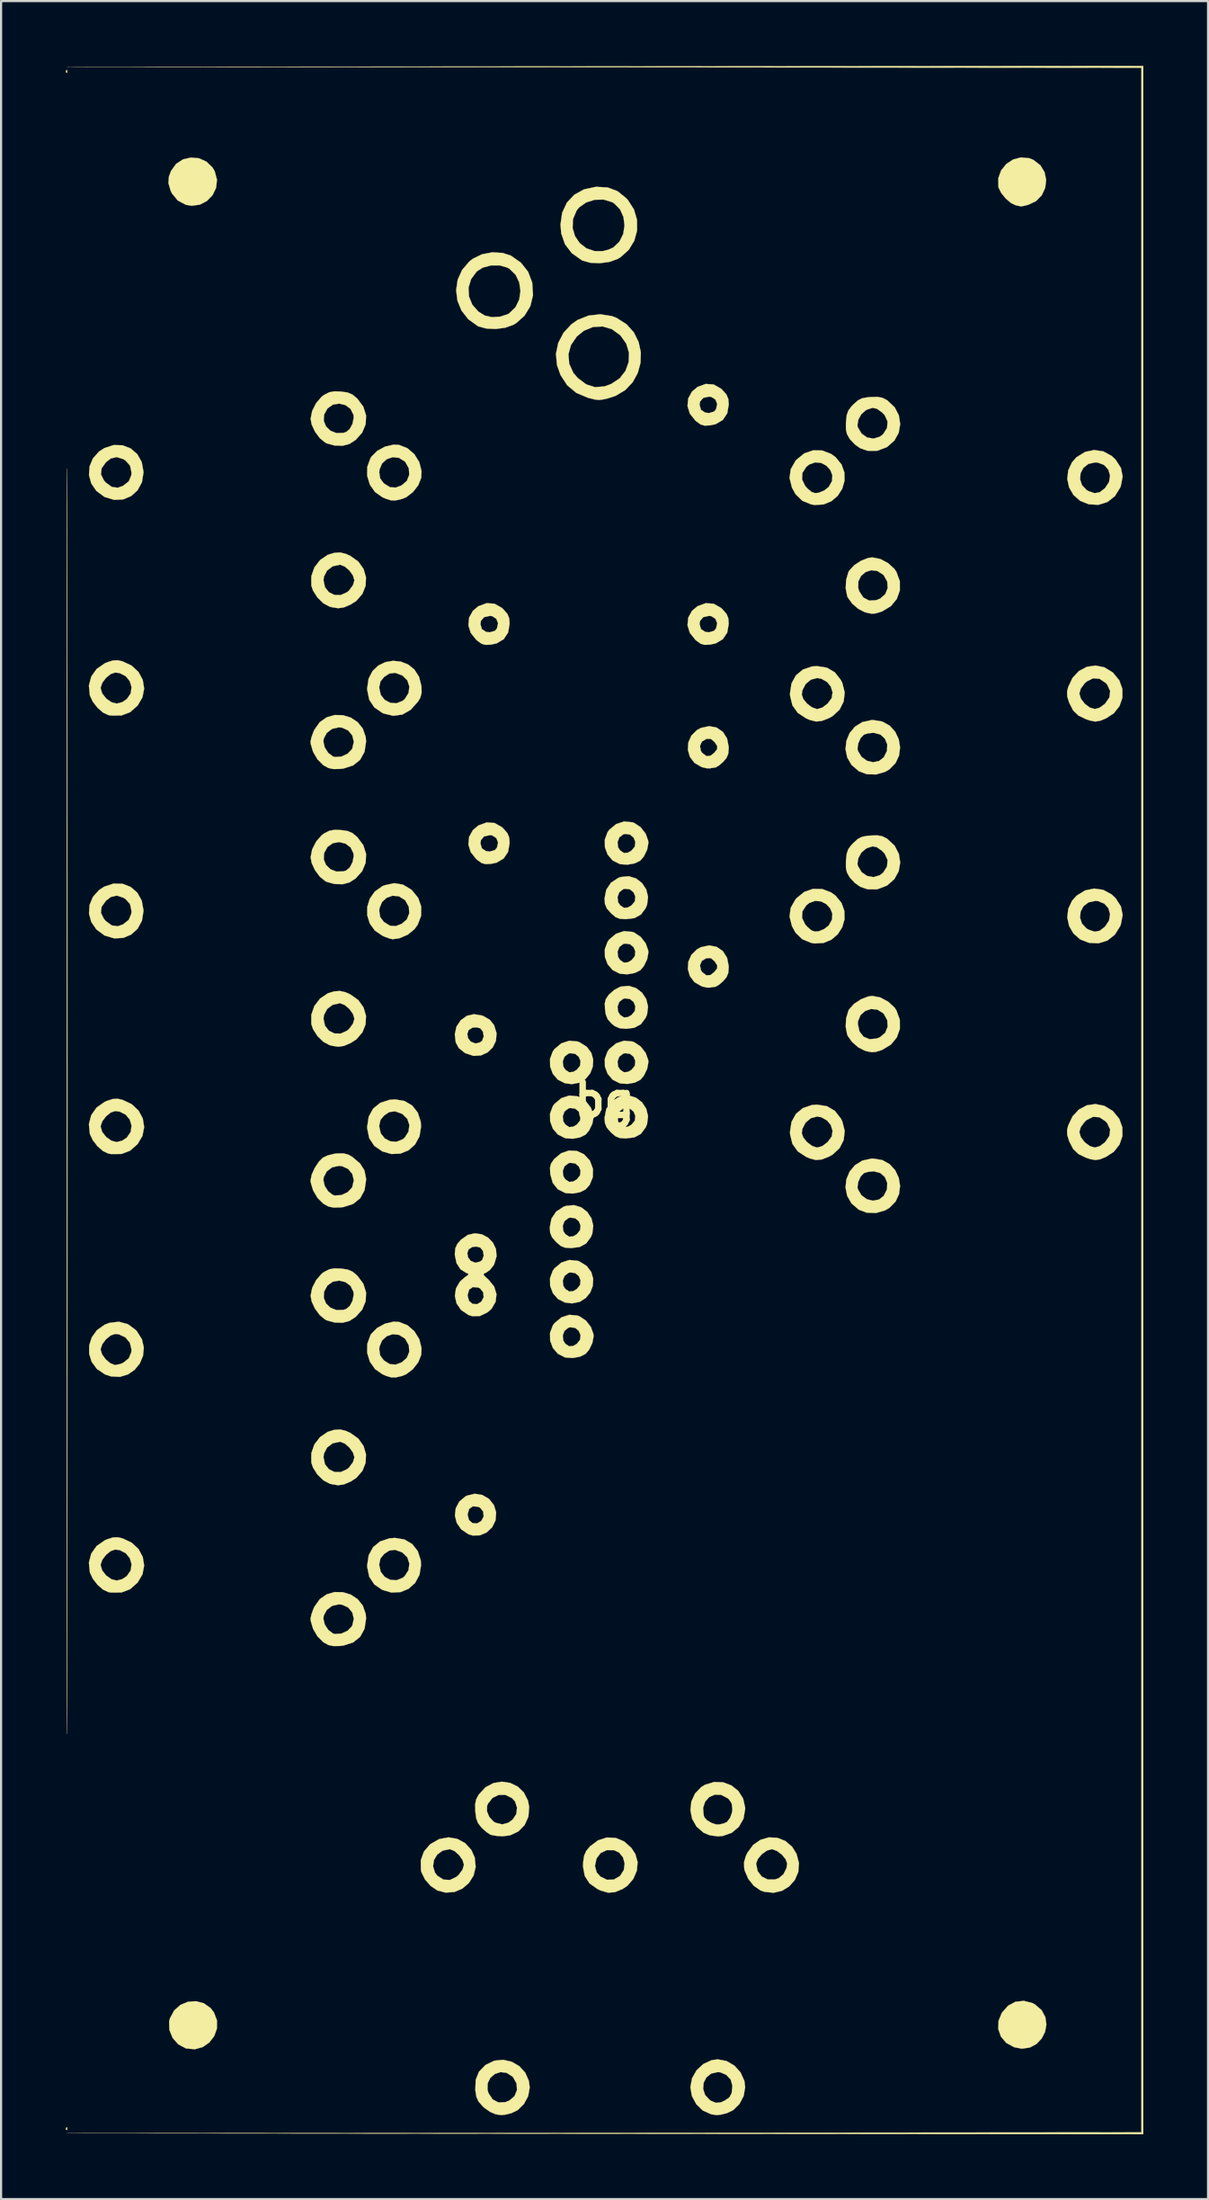
<source format=kicad_pcb>
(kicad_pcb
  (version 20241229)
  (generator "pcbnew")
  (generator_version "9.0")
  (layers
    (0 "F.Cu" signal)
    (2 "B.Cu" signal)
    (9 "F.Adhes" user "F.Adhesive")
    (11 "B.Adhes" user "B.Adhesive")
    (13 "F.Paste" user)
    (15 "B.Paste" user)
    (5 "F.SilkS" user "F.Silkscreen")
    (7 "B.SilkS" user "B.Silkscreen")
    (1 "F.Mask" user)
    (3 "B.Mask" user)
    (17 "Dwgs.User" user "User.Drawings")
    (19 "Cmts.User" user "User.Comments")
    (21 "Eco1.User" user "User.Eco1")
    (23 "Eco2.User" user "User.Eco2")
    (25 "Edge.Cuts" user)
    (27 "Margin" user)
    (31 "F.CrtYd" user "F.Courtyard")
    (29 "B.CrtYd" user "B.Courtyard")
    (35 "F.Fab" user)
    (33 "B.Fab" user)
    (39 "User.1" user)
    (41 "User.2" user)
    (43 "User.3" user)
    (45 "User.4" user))
  (footprint "bg"
    (layer "F.Cu")
    (at 24.982 47.926)
    (property "Reference" "bg" (at 0 0 0) (layer "F.SilkS") (effects (font (size 1.524 1.524) (thickness 0.3))))
    (attr through_hole)
    (fp_poly (pts (xy -24.92 -47.724) (xy -24.91 -47.623) (xy -24.92 -47.611) (xy -24.971 -47.623) (xy -24.977 -47.667) (xy -24.946 -47.737) (xy -24.92 -47.724)) (stroke (width 0.01) (type solid)) (fill yes) (layer "F.SilkS"))
    (fp_poly (pts (xy -24.92 47.611) (xy -24.91 47.711) (xy -24.92 47.724) (xy -24.971 47.712) (xy -24.977 47.667) (xy -24.946 47.598) (xy -24.92 47.611)) (stroke (width 0.01) (type solid)) (fill yes) (layer "F.SilkS"))
    (fp_poly (pts (xy 24.977 47.921) (xy -24.934 47.879) (xy -0.021 47.858) (xy 24.892 47.836) (xy 24.892 -47.836) (xy -0.021 -47.858) (xy -24.934 -47.879) (xy 24.977 -47.921) (xy 24.977 47.921)) (stroke (width 0.01) (type solid)) (fill yes) (layer "F.SilkS"))
    (fp_poly (pts (xy 19.835 41.843) (xy 19.956 41.907) (xy 20.265 42.174) (xy 20.437 42.493) (xy 20.486 42.837) (xy 20.425 43.177) (xy 20.268 43.487) (xy 20.028 43.739) (xy 19.717 43.905) (xy 19.351 43.958) (xy 18.997 43.892) (xy 18.625 43.689) (xy 18.376 43.396) (xy 18.255 43.046) (xy 18.268 42.67) (xy 18.418 42.299) (xy 18.706 41.97) (xy 19.049 41.785) (xy 19.441 41.742) (xy 19.835 41.843)) (stroke (width 0.01) (type solid)) (fill yes) (layer "F.SilkS"))
    (fp_poly (pts (xy -18.807 -43.641) (xy -18.461 -43.487) (xy -18.179 -43.215) (xy -18.076 -43.041) (xy -17.972 -42.649) (xy -18.013 -42.271) (xy -18.175 -41.934) (xy -18.435 -41.665) (xy -18.768 -41.492) (xy -19.151 -41.441) (xy -19.419 -41.488) (xy -19.79 -41.685) (xy -20.06 -42.015) (xy -20.12 -42.14) (xy -20.222 -42.487) (xy -20.198 -42.802) (xy -20.099 -43.06) (xy -19.863 -43.385) (xy -19.545 -43.59) (xy -19.18 -43.675) (xy -18.807 -43.641)) (stroke (width 0.01) (type solid)) (fill yes) (layer "F.SilkS"))
    (fp_poly (pts (xy -18.584 41.853) (xy -18.269 42.075) (xy -18.115 42.274) (xy -17.972 42.649) (xy -17.974 43.026) (xy -18.099 43.375) (xy -18.326 43.67) (xy -18.632 43.882) (xy -18.996 43.984) (xy -19.396 43.947) (xy -19.421 43.94) (xy -19.769 43.754) (xy -20.029 43.457) (xy -20.176 43.093) (xy -20.19 42.703) (xy -20.153 42.553) (xy -19.957 42.188) (xy -19.667 41.93) (xy -19.318 41.785) (xy -18.946 41.758) (xy -18.584 41.853)) (stroke (width 0.01) (type solid)) (fill yes) (layer "F.SilkS"))
    (fp_poly (pts (xy 19.689 -43.645) (xy 19.886 -43.566) (xy 20.206 -43.319) (xy 20.401 -42.997) (xy 20.474 -42.635) (xy 20.43 -42.268) (xy 20.273 -41.93) (xy 20.007 -41.657) (xy 19.647 -41.487) (xy 19.44 -41.435) (xy 19.314 -41.413) (xy 19.304 -41.414) (xy 19.196 -41.437) (xy 19.068 -41.462) (xy 18.844 -41.569) (xy 18.602 -41.776) (xy 18.394 -42.031) (xy 18.271 -42.28) (xy 18.262 -42.314) (xy 18.257 -42.718) (xy 18.388 -43.079) (xy 18.626 -43.375) (xy 18.941 -43.583) (xy 19.306 -43.68) (xy 19.689 -43.645)) (stroke (width 0.01) (type solid)) (fill yes) (layer "F.SilkS"))
    (fp_poly (pts (xy -5.666 18.301) (xy -5.357 18.483) (xy -5.131 18.769) (xy -5.027 19.105) (xy -5.056 19.477) (xy -5.212 19.796) (xy -5.465 20.035) (xy -5.781 20.17) (xy -6.128 20.176) (xy -6.315 20.117) (xy -6.645 19.894) (xy -6.853 19.595) (xy -6.939 19.257) (xy -6.935 19.225) (xy -6.35 19.225) (xy -6.286 19.464) (xy -6.125 19.603) (xy -5.915 19.62) (xy -5.716 19.505) (xy -5.605 19.294) (xy -5.627 19.068) (xy -5.77 18.89) (xy -5.858 18.846) (xy -6.108 18.825) (xy -6.279 18.945) (xy -6.349 19.193) (xy -6.35 19.225) (xy -6.935 19.225) (xy -6.9 18.915) (xy -6.735 18.604) (xy -6.443 18.362) (xy -6.384 18.332) (xy -6.021 18.243) (xy -5.666 18.301)) (stroke (width 0.01) (type solid)) (fill yes) (layer "F.SilkS"))
    (fp_poly (pts (xy -5.655 -3.912) (xy -5.324 -3.723) (xy -5.124 -3.474) (xy -5.008 -3.099) (xy -5.037 -2.747) (xy -5.183 -2.443) (xy -5.423 -2.209) (xy -5.73 -2.069) (xy -6.079 -2.048) (xy -6.445 -2.169) (xy -6.493 -2.197) (xy -6.759 -2.41) (xy -6.9 -2.671) (xy -6.943 -3.032) (xy -6.943 -3.051) (xy -6.939 -3.068) (xy -6.365 -3.068) (xy -6.331 -2.873) (xy -6.208 -2.709) (xy -6.007 -2.627) (xy -5.962 -2.625) (xy -5.767 -2.678) (xy -5.677 -2.747) (xy -5.602 -2.95) (xy -5.641 -3.175) (xy -5.765 -3.327) (xy -5.946 -3.371) (xy -6.125 -3.355) (xy -6.301 -3.246) (xy -6.365 -3.068) (xy -6.939 -3.068) (xy -6.868 -3.401) (xy -6.67 -3.698) (xy -6.386 -3.904) (xy -6.058 -3.979) (xy -5.655 -3.912)) (stroke (width 0.01) (type solid)) (fill yes) (layer "F.SilkS"))
    (fp_poly (pts (xy -5.101 -22.999) (xy -4.762 -22.807) (xy -4.691 -22.741) (xy -4.505 -22.527) (xy -4.421 -22.323) (xy -4.403 -22.065) (xy -4.474 -21.661) (xy -4.679 -21.355) (xy -5.005 -21.162) (xy -5.26 -21.107) (xy -5.516 -21.093) (xy -5.701 -21.144) (xy -5.898 -21.286) (xy -5.953 -21.333) (xy -6.206 -21.649) (xy -6.314 -22.001) (xy -6.309 -22.056) (xy -5.757 -22.056) (xy -5.689 -21.823) (xy -5.493 -21.696) (xy -5.32 -21.675) (xy -5.086 -21.743) (xy -4.99 -21.855) (xy -4.937 -22.095) (xy -5.019 -22.301) (xy -5.207 -22.423) (xy -5.315 -22.437) (xy -5.585 -22.378) (xy -5.732 -22.208) (xy -5.757 -22.056) (xy -6.309 -22.056) (xy -6.281 -22.353) (xy -6.107 -22.669) (xy -5.849 -22.885) (xy -5.469 -23.025) (xy -5.101 -22.999)) (stroke (width 0.01) (type solid)) (fill yes) (layer "F.SilkS"))
    (fp_poly (pts (xy -5.101 -12.839) (xy -4.762 -12.647) (xy -4.691 -12.581) (xy -4.505 -12.367) (xy -4.421 -12.163) (xy -4.403 -11.905) (xy -4.474 -11.501) (xy -4.679 -11.195) (xy -5.005 -11.002) (xy -5.26 -10.947) (xy -5.516 -10.933) (xy -5.701 -10.984) (xy -5.898 -11.126) (xy -5.953 -11.173) (xy -6.206 -11.489) (xy -6.314 -11.841) (xy -6.309 -11.896) (xy -5.757 -11.896) (xy -5.689 -11.663) (xy -5.493 -11.536) (xy -5.32 -11.515) (xy -5.086 -11.583) (xy -4.99 -11.695) (xy -4.937 -11.935) (xy -5.019 -12.141) (xy -5.207 -12.263) (xy -5.315 -12.277) (xy -5.585 -12.218) (xy -5.732 -12.048) (xy -5.757 -11.896) (xy -6.309 -11.896) (xy -6.281 -12.193) (xy -6.107 -12.509) (xy -5.849 -12.725) (xy -5.469 -12.865) (xy -5.101 -12.839)) (stroke (width 0.01) (type solid)) (fill yes) (layer "F.SilkS"))
    (fp_poly (pts (xy -1.252 -2.713) (xy -1.162 -2.68) (xy -0.824 -2.468) (xy -0.616 -2.189) (xy -0.527 -1.872) (xy -0.547 -1.546) (xy -0.665 -1.241) (xy -0.873 -0.986) (xy -1.158 -0.808) (xy -1.512 -0.738) (xy -1.834 -0.778) (xy -2.163 -0.942) (xy -2.396 -1.212) (xy -2.523 -1.548) (xy -2.527 -1.788) (xy -1.94 -1.788) (xy -1.911 -1.549) (xy -1.819 -1.408) (xy -1.641 -1.287) (xy -1.455 -1.305) (xy -1.289 -1.402) (xy -1.136 -1.589) (xy -1.112 -1.805) (xy -1.195 -2.004) (xy -1.361 -2.142) (xy -1.588 -2.173) (xy -1.675 -2.152) (xy -1.857 -2.01) (xy -1.94 -1.788) (xy -2.527 -1.788) (xy -2.529 -1.908) (xy -2.402 -2.252) (xy -2.322 -2.363) (xy -2.003 -2.629) (xy -1.635 -2.749) (xy -1.252 -2.713)) (stroke (width 0.01) (type solid)) (fill yes) (layer "F.SilkS"))
    (fp_poly (pts (xy -1.252 7.447) (xy -1.162 7.48) (xy -0.824 7.692) (xy -0.616 7.971) (xy -0.527 8.288) (xy -0.547 8.614) (xy -0.665 8.919) (xy -0.873 9.174) (xy -1.158 9.352) (xy -1.512 9.422) (xy -1.834 9.382) (xy -2.163 9.218) (xy -2.396 8.948) (xy -2.523 8.612) (xy -2.527 8.372) (xy -1.94 8.372) (xy -1.911 8.611) (xy -1.819 8.752) (xy -1.641 8.873) (xy -1.455 8.855) (xy -1.289 8.758) (xy -1.136 8.571) (xy -1.112 8.355) (xy -1.195 8.156) (xy -1.361 8.018) (xy -1.588 7.987) (xy -1.675 8.008) (xy -1.857 8.15) (xy -1.94 8.372) (xy -2.527 8.372) (xy -2.529 8.252) (xy -2.402 7.908) (xy -2.322 7.797) (xy -2.003 7.531) (xy -1.635 7.411) (xy -1.252 7.447)) (stroke (width 0.01) (type solid)) (fill yes) (layer "F.SilkS"))
    (fp_poly (pts (xy 5.059 -33.159) (xy 5.398 -32.967) (xy 5.469 -32.901) (xy 5.655 -32.687) (xy 5.739 -32.483) (xy 5.757 -32.225) (xy 5.686 -31.821) (xy 5.481 -31.515) (xy 5.155 -31.322) (xy 4.9 -31.267) (xy 4.644 -31.253) (xy 4.459 -31.304) (xy 4.262 -31.446) (xy 4.207 -31.493) (xy 3.954 -31.809) (xy 3.846 -32.161) (xy 3.851 -32.216) (xy 4.403 -32.216) (xy 4.471 -31.983) (xy 4.667 -31.856) (xy 4.84 -31.835) (xy 5.074 -31.903) (xy 5.17 -32.015) (xy 5.223 -32.255) (xy 5.141 -32.461) (xy 4.953 -32.583) (xy 4.845 -32.597) (xy 4.575 -32.538) (xy 4.428 -32.368) (xy 4.403 -32.216) (xy 3.851 -32.216) (xy 3.879 -32.513) (xy 4.053 -32.829) (xy 4.311 -33.045) (xy 4.691 -33.185) (xy 5.059 -33.159)) (stroke (width 0.01) (type solid)) (fill yes) (layer "F.SilkS"))
    (fp_poly (pts (xy 5.059 -22.999) (xy 5.398 -22.807) (xy 5.469 -22.741) (xy 5.655 -22.527) (xy 5.739 -22.323) (xy 5.757 -22.065) (xy 5.686 -21.661) (xy 5.481 -21.355) (xy 5.155 -21.162) (xy 4.9 -21.107) (xy 4.644 -21.093) (xy 4.459 -21.144) (xy 4.262 -21.286) (xy 4.207 -21.333) (xy 3.954 -21.649) (xy 3.846 -22.001) (xy 3.851 -22.056) (xy 4.403 -22.056) (xy 4.471 -21.823) (xy 4.667 -21.696) (xy 4.84 -21.675) (xy 5.074 -21.743) (xy 5.17 -21.855) (xy 5.223 -22.095) (xy 5.141 -22.301) (xy 4.953 -22.423) (xy 4.845 -22.437) (xy 4.575 -22.378) (xy 4.428 -22.208) (xy 4.403 -22.056) (xy 3.851 -22.056) (xy 3.879 -22.353) (xy 4.053 -22.669) (xy 4.311 -22.885) (xy 4.691 -23.025) (xy 5.059 -22.999)) (stroke (width 0.01) (type solid)) (fill yes) (layer "F.SilkS"))
    (fp_poly (pts (xy -1.252 -0.173) (xy -1.162 -0.14) (xy -0.863 0.06) (xy -0.634 0.356) (xy -0.516 0.688) (xy -0.508 0.787) (xy -0.568 1.101) (xy -0.719 1.413) (xy -0.881 1.602) (xy -1.137 1.73) (xy -1.471 1.791) (xy -1.801 1.771) (xy -1.834 1.763) (xy -2.164 1.598) (xy -2.397 1.326) (xy -2.523 0.989) (xy -2.527 0.752) (xy -1.94 0.752) (xy -1.911 0.991) (xy -1.819 1.132) (xy -1.641 1.253) (xy -1.455 1.235) (xy -1.289 1.138) (xy -1.136 0.951) (xy -1.112 0.735) (xy -1.195 0.536) (xy -1.361 0.398) (xy -1.588 0.367) (xy -1.675 0.388) (xy -1.857 0.53) (xy -1.94 0.752) (xy -2.527 0.752) (xy -2.528 0.629) (xy -2.4 0.285) (xy -2.322 0.177) (xy -2.003 -0.089) (xy -1.635 -0.209) (xy -1.252 -0.173)) (stroke (width 0.01) (type solid)) (fill yes) (layer "F.SilkS"))
    (fp_poly (pts (xy -1.252 9.987) (xy -1.162 10.02) (xy -0.863 10.22) (xy -0.634 10.516) (xy -0.516 10.848) (xy -0.508 10.947) (xy -0.568 11.261) (xy -0.719 11.573) (xy -0.881 11.762) (xy -1.137 11.89) (xy -1.471 11.951) (xy -1.801 11.931) (xy -1.834 11.923) (xy -2.164 11.758) (xy -2.397 11.486) (xy -2.523 11.149) (xy -2.527 10.912) (xy -1.94 10.912) (xy -1.911 11.151) (xy -1.819 11.292) (xy -1.641 11.413) (xy -1.455 11.395) (xy -1.289 11.298) (xy -1.136 11.111) (xy -1.112 10.895) (xy -1.195 10.696) (xy -1.361 10.558) (xy -1.588 10.527) (xy -1.675 10.548) (xy -1.857 10.69) (xy -1.94 10.912) (xy -2.527 10.912) (xy -2.528 10.789) (xy -2.4 10.445) (xy -2.322 10.337) (xy -2.003 10.071) (xy -1.635 9.951) (xy -1.252 9.987)) (stroke (width 0.01) (type solid)) (fill yes) (layer "F.SilkS"))
    (fp_poly (pts (xy -1.078 4.972) (xy -0.802 5.186) (xy -0.609 5.48) (xy -0.524 5.825) (xy -0.569 6.192) (xy -0.635 6.349) (xy -0.854 6.644) (xy -1.153 6.808) (xy -1.551 6.858) (xy -1.832 6.84) (xy -2.032 6.76) (xy -2.238 6.585) (xy -2.252 6.57) (xy -2.438 6.355) (xy -2.522 6.15) (xy -2.54 5.899) (xy -2.527 5.832) (xy -1.94 5.832) (xy -1.911 6.071) (xy -1.819 6.212) (xy -1.641 6.333) (xy -1.455 6.315) (xy -1.289 6.218) (xy -1.136 6.031) (xy -1.112 5.815) (xy -1.195 5.616) (xy -1.361 5.478) (xy -1.588 5.447) (xy -1.675 5.468) (xy -1.857 5.61) (xy -1.94 5.832) (xy -2.527 5.832) (xy -2.462 5.495) (xy -2.243 5.168) (xy -1.902 4.944) (xy -1.789 4.904) (xy -1.415 4.868) (xy -1.078 4.972)) (stroke (width 0.01) (type solid)) (fill yes) (layer "F.SilkS"))
    (fp_poly (pts (xy 1.288 -12.873) (xy 1.378 -12.84) (xy 1.677 -12.64) (xy 1.906 -12.344) (xy 2.024 -12.012) (xy 2.032 -11.913) (xy 1.972 -11.599) (xy 1.821 -11.287) (xy 1.659 -11.098) (xy 1.403 -10.97) (xy 1.069 -10.909) (xy 0.739 -10.929) (xy 0.706 -10.937) (xy 0.376 -11.102) (xy 0.143 -11.374) (xy 0.017 -11.711) (xy 0.013 -11.948) (xy 0.6 -11.948) (xy 0.629 -11.709) (xy 0.721 -11.568) (xy 0.899 -11.447) (xy 1.085 -11.465) (xy 1.251 -11.562) (xy 1.404 -11.749) (xy 1.428 -11.965) (xy 1.345 -12.164) (xy 1.179 -12.302) (xy 0.952 -12.333) (xy 0.865 -12.312) (xy 0.683 -12.17) (xy 0.6 -11.948) (xy 0.013 -11.948) (xy 0.012 -12.071) (xy 0.14 -12.415) (xy 0.218 -12.523) (xy 0.537 -12.789) (xy 0.905 -12.909) (xy 1.288 -12.873)) (stroke (width 0.01) (type solid)) (fill yes) (layer "F.SilkS"))
    (fp_poly (pts (xy 1.288 -7.793) (xy 1.378 -7.76) (xy 1.677 -7.56) (xy 1.906 -7.264) (xy 2.024 -6.932) (xy 2.032 -6.833) (xy 1.972 -6.519) (xy 1.821 -6.207) (xy 1.659 -6.018) (xy 1.403 -5.89) (xy 1.069 -5.829) (xy 0.739 -5.849) (xy 0.706 -5.857) (xy 0.376 -6.022) (xy 0.143 -6.294) (xy 0.017 -6.631) (xy 0.013 -6.868) (xy 0.6 -6.868) (xy 0.629 -6.629) (xy 0.721 -6.488) (xy 0.899 -6.367) (xy 1.085 -6.385) (xy 1.251 -6.482) (xy 1.404 -6.669) (xy 1.428 -6.885) (xy 1.345 -7.084) (xy 1.179 -7.222) (xy 0.952 -7.253) (xy 0.865 -7.232) (xy 0.683 -7.09) (xy 0.6 -6.868) (xy 0.013 -6.868) (xy 0.012 -6.991) (xy 0.14 -7.335) (xy 0.218 -7.443) (xy 0.537 -7.709) (xy 0.905 -7.829) (xy 1.288 -7.793)) (stroke (width 0.01) (type solid)) (fill yes) (layer "F.SilkS"))
    (fp_poly (pts (xy 1.288 -2.713) (xy 1.378 -2.68) (xy 1.677 -2.48) (xy 1.906 -2.184) (xy 2.024 -1.852) (xy 2.032 -1.753) (xy 1.972 -1.439) (xy 1.821 -1.127) (xy 1.659 -0.938) (xy 1.403 -0.81) (xy 1.069 -0.749) (xy 0.739 -0.769) (xy 0.706 -0.777) (xy 0.376 -0.942) (xy 0.143 -1.214) (xy 0.017 -1.551) (xy 0.013 -1.788) (xy 0.6 -1.788) (xy 0.629 -1.549) (xy 0.721 -1.408) (xy 0.899 -1.287) (xy 1.085 -1.305) (xy 1.251 -1.402) (xy 1.404 -1.589) (xy 1.428 -1.805) (xy 1.345 -2.004) (xy 1.179 -2.142) (xy 0.952 -2.173) (xy 0.865 -2.152) (xy 0.683 -2.01) (xy 0.6 -1.788) (xy 0.013 -1.788) (xy 0.012 -1.911) (xy 0.14 -2.255) (xy 0.218 -2.363) (xy 0.537 -2.629) (xy 0.905 -2.749) (xy 1.288 -2.713)) (stroke (width 0.01) (type solid)) (fill yes) (layer "F.SilkS"))
    (fp_poly (pts (xy 1.462 -10.268) (xy 1.738 -10.054) (xy 1.931 -9.76) (xy 2.016 -9.415) (xy 1.971 -9.048) (xy 1.905 -8.891) (xy 1.686 -8.596) (xy 1.387 -8.432) (xy 0.989 -8.382) (xy 0.708 -8.4) (xy 0.508 -8.48) (xy 0.302 -8.655) (xy 0.288 -8.67) (xy 0.102 -8.885) (xy 0.018 -9.09) (xy 0 -9.341) (xy 0.013 -9.408) (xy 0.6 -9.408) (xy 0.629 -9.169) (xy 0.721 -9.028) (xy 0.899 -8.907) (xy 1.085 -8.925) (xy 1.251 -9.022) (xy 1.404 -9.209) (xy 1.428 -9.425) (xy 1.345 -9.624) (xy 1.179 -9.762) (xy 0.952 -9.793) (xy 0.865 -9.772) (xy 0.683 -9.63) (xy 0.6 -9.408) (xy 0.013 -9.408) (xy 0.078 -9.745) (xy 0.297 -10.072) (xy 0.638 -10.296) (xy 0.751 -10.336) (xy 1.125 -10.372) (xy 1.462 -10.268)) (stroke (width 0.01) (type solid)) (fill yes) (layer "F.SilkS"))
    (fp_poly (pts (xy 1.462 -0.108) (xy 1.738 0.106) (xy 1.931 0.4) (xy 2.016 0.745) (xy 1.971 1.112) (xy 1.905 1.269) (xy 1.686 1.564) (xy 1.387 1.728) (xy 0.989 1.778) (xy 0.708 1.76) (xy 0.508 1.68) (xy 0.302 1.505) (xy 0.288 1.49) (xy 0.102 1.275) (xy 0.018 1.07) (xy 0 0.819) (xy 0.013 0.752) (xy 0.6 0.752) (xy 0.629 0.991) (xy 0.721 1.132) (xy 0.899 1.253) (xy 1.085 1.235) (xy 1.251 1.138) (xy 1.404 0.951) (xy 1.428 0.735) (xy 1.345 0.536) (xy 1.179 0.398) (xy 0.952 0.367) (xy 0.865 0.388) (xy 0.683 0.53) (xy 0.6 0.752) (xy 0.013 0.752) (xy 0.078 0.415) (xy 0.297 0.088) (xy 0.638 -0.136) (xy 0.751 -0.176) (xy 1.125 -0.212) (xy 1.462 -0.108)) (stroke (width 0.01) (type solid)) (fill yes) (layer "F.SilkS"))
    (fp_poly (pts (xy -1.292 2.356) (xy -0.957 2.509) (xy -0.688 2.797) (xy -0.68 2.81) (xy -0.539 3.186) (xy -0.545 3.574) (xy -0.691 3.93) (xy -0.881 4.142) (xy -1.134 4.269) (xy -1.465 4.331) (xy -1.79 4.314) (xy -1.825 4.305) (xy -2.167 4.135) (xy -2.401 3.84) (xy -2.516 3.434) (xy -2.519 3.407) (xy -2.523 3.292) (xy -1.94 3.292) (xy -1.911 3.531) (xy -1.819 3.672) (xy -1.641 3.793) (xy -1.455 3.775) (xy -1.289 3.678) (xy -1.136 3.491) (xy -1.112 3.275) (xy -1.195 3.076) (xy -1.361 2.938) (xy -1.588 2.907) (xy -1.675 2.928) (xy -1.857 3.07) (xy -1.94 3.292) (xy -2.523 3.292) (xy -2.529 3.13) (xy -2.478 2.936) (xy -2.342 2.741) (xy -2.331 2.728) (xy -2.015 2.464) (xy -1.657 2.34) (xy -1.292 2.356)) (stroke (width 0.01) (type solid)) (fill yes) (layer "F.SilkS"))
    (fp_poly (pts (xy 1.462 -5.188) (xy 1.738 -4.974) (xy 1.931 -4.68) (xy 2.016 -4.335) (xy 1.971 -3.968) (xy 1.905 -3.811) (xy 1.683 -3.513) (xy 1.378 -3.349) (xy 0.998 -3.302) (xy 0.697 -3.328) (xy 0.471 -3.427) (xy 0.329 -3.54) (xy 0.15 -3.739) (xy 0.057 -3.968) (xy 0.022 -4.2) (xy 0.017 -4.328) (xy 0.6 -4.328) (xy 0.629 -4.089) (xy 0.721 -3.948) (xy 0.899 -3.827) (xy 1.085 -3.845) (xy 1.251 -3.942) (xy 1.404 -4.129) (xy 1.428 -4.345) (xy 1.345 -4.544) (xy 1.179 -4.682) (xy 0.952 -4.713) (xy 0.865 -4.692) (xy 0.683 -4.55) (xy 0.6 -4.328) (xy 0.017 -4.328) (xy 0.01 -4.478) (xy 0.056 -4.671) (xy 0.179 -4.856) (xy 0.209 -4.892) (xy 0.439 -5.095) (xy 0.71 -5.242) (xy 0.751 -5.256) (xy 1.125 -5.292) (xy 1.462 -5.188)) (stroke (width 0.01) (type solid)) (fill yes) (layer "F.SilkS"))
    (fp_poly (pts (xy -22.346 -30.341) (xy -21.971 -30.195) (xy -21.667 -29.931) (xy -21.461 -29.566) (xy -21.379 -29.116) (xy -21.378 -29.083) (xy -21.451 -28.63) (xy -21.651 -28.26) (xy -21.95 -27.989) (xy -22.321 -27.834) (xy -22.736 -27.813) (xy -23.168 -27.942) (xy -23.197 -27.956) (xy -23.564 -28.228) (xy -23.8 -28.574) (xy -23.905 -28.962) (xy -23.903 -28.997) (xy -23.353 -28.997) (xy -23.216 -28.718) (xy -23.121 -28.611) (xy -22.846 -28.412) (xy -22.569 -28.375) (xy -22.325 -28.462) (xy -22.06 -28.673) (xy -21.943 -28.956) (xy -21.934 -29.083) (xy -22.001 -29.398) (xy -22.209 -29.633) (xy -22.325 -29.704) (xy -22.623 -29.796) (xy -22.898 -29.729) (xy -23.121 -29.555) (xy -23.321 -29.274) (xy -23.353 -28.997) (xy -23.903 -28.997) (xy -23.879 -29.36) (xy -23.723 -29.736) (xy -23.435 -30.056) (xy -23.197 -30.21) (xy -22.763 -30.352) (xy -22.346 -30.341)) (stroke (width 0.01) (type solid)) (fill yes) (layer "F.SilkS"))
    (fp_poly (pts (xy -22.346 -10.021) (xy -21.971 -9.875) (xy -21.667 -9.611) (xy -21.461 -9.246) (xy -21.379 -8.796) (xy -21.378 -8.763) (xy -21.451 -8.31) (xy -21.651 -7.94) (xy -21.95 -7.669) (xy -22.321 -7.514) (xy -22.736 -7.493) (xy -23.168 -7.622) (xy -23.197 -7.636) (xy -23.564 -7.908) (xy -23.8 -8.254) (xy -23.905 -8.642) (xy -23.903 -8.677) (xy -23.353 -8.677) (xy -23.216 -8.398) (xy -23.121 -8.291) (xy -22.846 -8.092) (xy -22.569 -8.055) (xy -22.325 -8.142) (xy -22.06 -8.353) (xy -21.943 -8.636) (xy -21.934 -8.763) (xy -22.001 -9.078) (xy -22.209 -9.313) (xy -22.325 -9.384) (xy -22.623 -9.476) (xy -22.898 -9.409) (xy -23.121 -9.235) (xy -23.321 -8.954) (xy -23.353 -8.677) (xy -23.903 -8.677) (xy -23.879 -9.04) (xy -23.723 -9.416) (xy -23.435 -9.736) (xy -23.197 -9.89) (xy -22.763 -10.032) (xy -22.346 -10.021)) (stroke (width 0.01) (type solid)) (fill yes) (layer "F.SilkS"))
    (fp_poly (pts (xy -9.276 0.043) (xy -8.918 0.254) (xy -8.661 0.581) (xy -8.525 1.003) (xy -8.509 1.228) (xy -8.582 1.682) (xy -8.784 2.054) (xy -9.087 2.326) (xy -9.464 2.481) (xy -9.887 2.5) (xy -10.306 2.378) (xy -10.677 2.123) (xy -10.91 1.77) (xy -11.004 1.321) (xy -11.006 1.238) (xy -11.005 1.228) (xy -10.448 1.228) (xy -10.378 1.542) (xy -10.194 1.776) (xy -9.937 1.912) (xy -9.648 1.933) (xy -9.366 1.822) (xy -9.267 1.74) (xy -9.09 1.462) (xy -9.051 1.157) (xy -9.144 0.873) (xy -9.365 0.654) (xy -9.404 0.632) (xy -9.715 0.521) (xy -9.98 0.555) (xy -10.215 0.709) (xy -10.39 0.917) (xy -10.447 1.177) (xy -10.448 1.228) (xy -11.005 1.228) (xy -10.935 0.768) (xy -10.729 0.394) (xy -10.403 0.13) (xy -9.973 -0.011) (xy -9.715 -0.031) (xy -9.276 0.043)) (stroke (width 0.01) (type solid)) (fill yes) (layer "F.SilkS"))
    (fp_poly (pts (xy -9.276 20.363) (xy -8.918 20.574) (xy -8.661 20.901) (xy -8.525 21.323) (xy -8.509 21.548) (xy -8.582 22.002) (xy -8.784 22.374) (xy -9.087 22.646) (xy -9.464 22.801) (xy -9.887 22.82) (xy -10.306 22.698) (xy -10.677 22.443) (xy -10.91 22.09) (xy -11.004 21.641) (xy -11.006 21.558) (xy -11.005 21.548) (xy -10.448 21.548) (xy -10.378 21.862) (xy -10.194 22.096) (xy -9.937 22.232) (xy -9.648 22.253) (xy -9.366 22.142) (xy -9.267 22.06) (xy -9.09 21.782) (xy -9.051 21.477) (xy -9.144 21.193) (xy -9.365 20.974) (xy -9.404 20.952) (xy -9.715 20.841) (xy -9.98 20.875) (xy -10.215 21.029) (xy -10.39 21.237) (xy -10.447 21.497) (xy -10.448 21.548) (xy -11.005 21.548) (xy -10.935 21.088) (xy -10.729 20.714) (xy -10.403 20.45) (xy -9.973 20.309) (xy -9.715 20.289) (xy -9.276 20.363)) (stroke (width 0.01) (type solid)) (fill yes) (layer "F.SilkS"))
    (fp_poly (pts (xy 0.521 34.192) (xy 0.908 34.354) (xy 1.243 34.655) (xy 1.429 34.941) (xy 1.532 35.314) (xy 1.495 35.712) (xy 1.333 36.09) (xy 1.061 36.407) (xy 0.846 36.553) (xy 0.482 36.704) (xy 0.16 36.729) (xy -0.186 36.627) (xy -0.336 36.555) (xy -0.7 36.294) (xy -0.918 35.955) (xy -0.998 35.524) (xy -0.997 35.493) (xy -0.447 35.493) (xy -0.363 35.793) (xy -0.19 35.985) (xy 0.115 36.132) (xy 0.428 36.123) (xy 0.71 35.958) (xy 0.724 35.945) (xy 0.892 35.678) (xy 0.932 35.379) (xy 0.856 35.095) (xy 0.675 34.87) (xy 0.438 34.759) (xy 0.1 34.758) (xy -0.184 34.894) (xy -0.372 35.143) (xy -0.447 35.493) (xy -0.997 35.493) (xy -0.993 35.324) (xy -0.948 35.016) (xy -0.848 34.79) (xy -0.673 34.582) (xy -0.299 34.301) (xy 0.109 34.172) (xy 0.521 34.192)) (stroke (width 0.01) (type solid)) (fill yes) (layer "F.SilkS"))
    (fp_poly (pts (xy 23.124 -30.06) (xy 23.513 -29.849) (xy 23.695 -29.676) (xy 23.942 -29.294) (xy 24.022 -28.891) (xy 23.937 -28.457) (xy 23.909 -28.383) (xy 23.661 -27.984) (xy 23.317 -27.714) (xy 22.902 -27.584) (xy 22.46 -27.606) (xy 22.05 -27.768) (xy 21.741 -28.04) (xy 21.54 -28.388) (xy 21.458 -28.77) (xy 22.046 -28.77) (xy 22.136 -28.496) (xy 22.35 -28.27) (xy 22.439 -28.218) (xy 22.72 -28.122) (xy 22.956 -28.164) (xy 23.202 -28.354) (xy 23.205 -28.357) (xy 23.392 -28.639) (xy 23.439 -28.936) (xy 23.36 -29.211) (xy 23.169 -29.424) (xy 22.881 -29.539) (xy 22.753 -29.549) (xy 22.435 -29.48) (xy 22.205 -29.301) (xy 22.072 -29.051) (xy 22.046 -28.77) (xy 21.458 -28.77) (xy 21.456 -28.779) (xy 21.499 -29.179) (xy 21.676 -29.557) (xy 21.886 -29.791) (xy 22.277 -30.033) (xy 22.701 -30.122) (xy 23.124 -30.06)) (stroke (width 0.01) (type solid)) (fill yes) (layer "F.SilkS"))
    (fp_poly (pts (xy 23.124 -9.74) (xy 23.513 -9.529) (xy 23.695 -9.356) (xy 23.942 -8.973) (xy 24.022 -8.571) (xy 23.937 -8.137) (xy 23.909 -8.063) (xy 23.661 -7.664) (xy 23.317 -7.394) (xy 22.902 -7.264) (xy 22.46 -7.286) (xy 22.05 -7.448) (xy 21.741 -7.72) (xy 21.54 -8.068) (xy 21.458 -8.45) (xy 22.046 -8.45) (xy 22.136 -8.176) (xy 22.35 -7.95) (xy 22.439 -7.898) (xy 22.72 -7.802) (xy 22.956 -7.844) (xy 23.202 -8.034) (xy 23.205 -8.037) (xy 23.392 -8.319) (xy 23.439 -8.616) (xy 23.36 -8.891) (xy 23.169 -9.104) (xy 22.881 -9.219) (xy 22.753 -9.229) (xy 22.435 -9.16) (xy 22.205 -8.981) (xy 22.072 -8.731) (xy 22.046 -8.45) (xy 21.458 -8.45) (xy 21.456 -8.459) (xy 21.499 -8.859) (xy 21.676 -9.237) (xy 21.886 -9.471) (xy 22.277 -9.713) (xy 22.701 -9.802) (xy 23.124 -9.74)) (stroke (width 0.01) (type solid)) (fill yes) (layer "F.SilkS"))
    (fp_poly (pts (xy -6.828 34.236) (xy -6.46 34.437) (xy -6.174 34.754) (xy -6.021 35.098) (xy -5.977 35.535) (xy -6.074 35.935) (xy -6.288 36.277) (xy -6.591 36.538) (xy -6.96 36.695) (xy -7.368 36.726) (xy -7.751 36.626) (xy -8.064 36.417) (xy -8.329 36.111) (xy -8.495 35.77) (xy -8.514 35.691) (xy -8.517 35.51) (xy -7.953 35.51) (xy -7.864 35.799) (xy -7.751 35.945) (xy -7.472 36.124) (xy -7.17 36.14) (xy -6.87 35.996) (xy -6.767 35.905) (xy -6.586 35.662) (xy -6.519 35.433) (xy -6.585 35.215) (xy -6.747 34.986) (xy -6.956 34.801) (xy -7.162 34.715) (xy -7.186 34.713) (xy -7.511 34.782) (xy -7.759 34.964) (xy -7.912 35.219) (xy -7.953 35.51) (xy -8.517 35.51) (xy -8.522 35.232) (xy -8.376 34.823) (xy -8.091 34.488) (xy -7.679 34.25) (xy -7.673 34.247) (xy -7.244 34.166) (xy -6.828 34.236)) (stroke (width 0.01) (type solid)) (fill yes) (layer "F.SilkS"))
    (fp_poly (pts (xy 5.199 -17.259) (xy 5.485 -17.062) (xy 5.68 -16.755) (xy 5.757 -16.359) (xy 5.757 -16.336) (xy 5.737 -16.052) (xy 5.652 -15.85) (xy 5.497 -15.67) (xy 5.312 -15.509) (xy 5.159 -15.417) (xy 5.123 -15.409) (xy 4.935 -15.383) (xy 4.896 -15.372) (xy 4.745 -15.373) (xy 4.525 -15.425) (xy 4.495 -15.435) (xy 4.167 -15.626) (xy 3.956 -15.904) (xy 3.862 -16.231) (xy 3.874 -16.406) (xy 4.423 -16.406) (xy 4.466 -16.178) (xy 4.533 -16.083) (xy 4.723 -15.939) (xy 4.91 -15.955) (xy 5.08 -16.087) (xy 5.218 -16.254) (xy 5.227 -16.396) (xy 5.11 -16.579) (xy 5.094 -16.598) (xy 4.931 -16.735) (xy 4.733 -16.738) (xy 4.715 -16.733) (xy 4.511 -16.61) (xy 4.423 -16.406) (xy 3.874 -16.406) (xy 3.885 -16.572) (xy 4.026 -16.89) (xy 4.286 -17.147) (xy 4.469 -17.245) (xy 4.851 -17.327) (xy 5.199 -17.259)) (stroke (width 0.01) (type solid)) (fill yes) (layer "F.SilkS"))
    (fp_poly (pts (xy 5.199 -7.099) (xy 5.485 -6.902) (xy 5.68 -6.595) (xy 5.757 -6.199) (xy 5.757 -6.176) (xy 5.737 -5.892) (xy 5.652 -5.69) (xy 5.497 -5.51) (xy 5.312 -5.349) (xy 5.159 -5.257) (xy 5.123 -5.249) (xy 4.935 -5.223) (xy 4.896 -5.212) (xy 4.745 -5.213) (xy 4.525 -5.265) (xy 4.495 -5.275) (xy 4.167 -5.466) (xy 3.956 -5.744) (xy 3.862 -6.071) (xy 3.874 -6.246) (xy 4.423 -6.246) (xy 4.466 -6.018) (xy 4.533 -5.923) (xy 4.723 -5.779) (xy 4.91 -5.795) (xy 5.08 -5.927) (xy 5.218 -6.094) (xy 5.227 -6.236) (xy 5.11 -6.419) (xy 5.094 -6.438) (xy 4.931 -6.575) (xy 4.733 -6.578) (xy 4.715 -6.573) (xy 4.511 -6.45) (xy 4.423 -6.246) (xy 3.874 -6.246) (xy 3.885 -6.412) (xy 4.026 -6.73) (xy 4.286 -6.987) (xy 4.469 -7.085) (xy 4.851 -7.167) (xy 5.199 -7.099)) (stroke (width 0.01) (type solid)) (fill yes) (layer "F.SilkS"))
    (fp_poly (pts (xy 10.095 -30.099) (xy 10.508 -29.939) (xy 10.711 -29.791) (xy 10.987 -29.454) (xy 11.12 -29.08) (xy 11.126 -28.695) (xy 11.019 -28.327) (xy 10.812 -28.004) (xy 10.52 -27.753) (xy 10.157 -27.601) (xy 9.737 -27.577) (xy 9.578 -27.604) (xy 9.165 -27.774) (xy 8.854 -28.078) (xy 8.688 -28.383) (xy 8.593 -28.762) (xy 9.156 -28.762) (xy 9.302 -28.459) (xy 9.401 -28.347) (xy 9.595 -28.181) (xy 9.763 -28.126) (xy 9.931 -28.142) (xy 10.183 -28.245) (xy 10.393 -28.41) (xy 10.547 -28.684) (xy 10.562 -28.957) (xy 10.463 -29.204) (xy 10.279 -29.402) (xy 10.038 -29.526) (xy 9.766 -29.551) (xy 9.49 -29.452) (xy 9.352 -29.341) (xy 9.172 -29.062) (xy 9.156 -28.762) (xy 8.593 -28.762) (xy 8.577 -28.824) (xy 8.631 -29.23) (xy 8.851 -29.616) (xy 8.902 -29.676) (xy 9.258 -29.966) (xy 9.667 -30.108) (xy 10.095 -30.099)) (stroke (width 0.01) (type solid)) (fill yes) (layer "F.SilkS"))
    (fp_poly (pts (xy 10.095 -9.779) (xy 10.508 -9.619) (xy 10.711 -9.471) (xy 10.987 -9.134) (xy 11.12 -8.76) (xy 11.126 -8.375) (xy 11.019 -8.007) (xy 10.812 -7.684) (xy 10.52 -7.433) (xy 10.157 -7.281) (xy 9.737 -7.257) (xy 9.578 -7.284) (xy 9.165 -7.454) (xy 8.854 -7.758) (xy 8.688 -8.063) (xy 8.593 -8.442) (xy 9.156 -8.442) (xy 9.302 -8.139) (xy 9.401 -8.027) (xy 9.595 -7.861) (xy 9.763 -7.806) (xy 9.931 -7.822) (xy 10.183 -7.925) (xy 10.393 -8.09) (xy 10.547 -8.364) (xy 10.562 -8.637) (xy 10.463 -8.884) (xy 10.279 -9.082) (xy 10.038 -9.206) (xy 9.766 -9.231) (xy 9.49 -9.132) (xy 9.352 -9.021) (xy 9.172 -8.742) (xy 9.156 -8.442) (xy 8.593 -8.442) (xy 8.577 -8.504) (xy 8.631 -8.91) (xy 8.851 -9.296) (xy 8.902 -9.356) (xy 9.258 -9.646) (xy 9.667 -9.788) (xy 10.095 -9.779)) (stroke (width 0.01) (type solid)) (fill yes) (layer "F.SilkS"))
    (fp_poly (pts (xy 10.307 -20.037) (xy 10.676 -19.822) (xy 10.957 -19.463) (xy 11.025 -19.324) (xy 11.134 -18.89) (xy 11.086 -18.468) (xy 10.896 -18.092) (xy 10.574 -17.793) (xy 10.391 -17.692) (xy 10.067 -17.568) (xy 9.804 -17.542) (xy 9.524 -17.613) (xy 9.347 -17.687) (xy 8.958 -17.943) (xy 8.71 -18.291) (xy 8.603 -18.733) (xy 8.6 -18.786) (xy 9.144 -18.786) (xy 9.214 -18.583) (xy 9.389 -18.371) (xy 9.615 -18.2) (xy 9.838 -18.12) (xy 9.864 -18.119) (xy 10.096 -18.187) (xy 10.336 -18.366) (xy 10.532 -18.628) (xy 10.573 -18.892) (xy 10.489 -19.164) (xy 10.316 -19.374) (xy 10.058 -19.521) (xy 9.864 -19.558) (xy 9.565 -19.481) (xy 9.322 -19.277) (xy 9.172 -18.988) (xy 9.144 -18.786) (xy 8.6 -18.786) (xy 8.598 -18.848) (xy 8.668 -19.308) (xy 8.874 -19.681) (xy 9.196 -19.949) (xy 9.616 -20.091) (xy 9.849 -20.108) (xy 10.307 -20.037)) (stroke (width 0.01) (type solid)) (fill yes) (layer "F.SilkS"))
    (fp_poly (pts (xy 10.307 0.283) (xy 10.676 0.498) (xy 10.957 0.857) (xy 11.025 0.996) (xy 11.134 1.43) (xy 11.086 1.852) (xy 10.896 2.228) (xy 10.574 2.527) (xy 10.391 2.628) (xy 10.067 2.752) (xy 9.804 2.778) (xy 9.524 2.707) (xy 9.347 2.633) (xy 8.958 2.377) (xy 8.71 2.029) (xy 8.603 1.587) (xy 8.6 1.534) (xy 9.144 1.534) (xy 9.214 1.737) (xy 9.389 1.949) (xy 9.615 2.12) (xy 9.838 2.2) (xy 9.864 2.201) (xy 10.096 2.133) (xy 10.336 1.954) (xy 10.532 1.692) (xy 10.573 1.428) (xy 10.489 1.156) (xy 10.316 0.946) (xy 10.058 0.799) (xy 9.864 0.762) (xy 9.565 0.839) (xy 9.322 1.043) (xy 9.172 1.332) (xy 9.144 1.534) (xy 8.6 1.534) (xy 8.598 1.472) (xy 8.668 1.012) (xy 8.874 0.639) (xy 9.196 0.371) (xy 9.616 0.229) (xy 9.849 0.212) (xy 10.307 0.283)) (stroke (width 0.01) (type solid)) (fill yes) (layer "F.SilkS"))
    (fp_poly (pts (xy 12.878 -17.54) (xy 13.222 -17.348) (xy 13.478 -17.064) (xy 13.64 -16.718) (xy 13.701 -16.342) (xy 13.654 -15.965) (xy 13.493 -15.616) (xy 13.209 -15.327) (xy 13.006 -15.208) (xy 12.586 -15.088) (xy 12.156 -15.101) (xy 11.789 -15.24) (xy 11.453 -15.528) (xy 11.25 -15.879) (xy 11.173 -16.261) (xy 11.175 -16.288) (xy 11.726 -16.288) (xy 11.743 -16.19) (xy 11.913 -15.905) (xy 12.162 -15.724) (xy 12.448 -15.655) (xy 12.728 -15.711) (xy 12.948 -15.886) (xy 13.096 -16.183) (xy 13.107 -16.484) (xy 12.998 -16.749) (xy 12.786 -16.94) (xy 12.486 -17.018) (xy 12.468 -17.018) (xy 12.221 -16.994) (xy 12.027 -16.936) (xy 12.026 -16.935) (xy 11.875 -16.778) (xy 11.765 -16.535) (xy 11.726 -16.288) (xy 11.175 -16.288) (xy 11.213 -16.646) (xy 11.361 -17.003) (xy 11.61 -17.302) (xy 11.951 -17.514) (xy 12.376 -17.608) (xy 12.455 -17.61) (xy 12.878 -17.54)) (stroke (width 0.01) (type solid)) (fill yes) (layer "F.SilkS"))
    (fp_poly (pts (xy 12.878 2.78) (xy 13.222 2.972) (xy 13.478 3.256) (xy 13.64 3.602) (xy 13.701 3.978) (xy 13.654 4.355) (xy 13.493 4.704) (xy 13.209 4.993) (xy 13.006 5.112) (xy 12.586 5.232) (xy 12.156 5.219) (xy 11.789 5.08) (xy 11.453 4.792) (xy 11.25 4.441) (xy 11.173 4.059) (xy 11.175 4.032) (xy 11.726 4.032) (xy 11.743 4.13) (xy 11.913 4.415) (xy 12.162 4.596) (xy 12.448 4.665) (xy 12.728 4.609) (xy 12.948 4.434) (xy 13.096 4.137) (xy 13.107 3.836) (xy 12.998 3.571) (xy 12.786 3.38) (xy 12.486 3.302) (xy 12.468 3.302) (xy 12.221 3.326) (xy 12.027 3.384) (xy 12.026 3.385) (xy 11.875 3.542) (xy 11.765 3.785) (xy 11.726 4.032) (xy 11.175 4.032) (xy 11.213 3.674) (xy 11.361 3.317) (xy 11.61 3.018) (xy 11.951 2.806) (xy 12.376 2.712) (xy 12.455 2.71) (xy 12.878 2.78)) (stroke (width 0.01) (type solid)) (fill yes) (layer "F.SilkS"))
    (fp_poly (pts (xy -22.353 -20.33) (xy -21.925 -20.129) (xy -21.608 -19.832) (xy -21.413 -19.469) (xy -21.349 -19.069) (xy -21.426 -18.662) (xy -21.653 -18.279) (xy -21.999 -17.974) (xy -22.401 -17.822) (xy -22.877 -17.818) (xy -23.008 -17.84) (xy -23.252 -17.954) (xy -23.508 -18.176) (xy -23.727 -18.457) (xy -23.863 -18.746) (xy -23.865 -18.752) (xy -23.899 -19.092) (xy -23.368 -19.092) (xy -23.294 -18.844) (xy -23.108 -18.607) (xy -22.861 -18.434) (xy -22.625 -18.373) (xy -22.365 -18.439) (xy -22.153 -18.58) (xy -21.972 -18.843) (xy -21.932 -19.134) (xy -22.014 -19.413) (xy -22.202 -19.642) (xy -22.48 -19.784) (xy -22.692 -19.812) (xy -22.9 -19.741) (xy -23.116 -19.565) (xy -23.289 -19.338) (xy -23.367 -19.113) (xy -23.368 -19.092) (xy -23.899 -19.092) (xy -23.91 -19.206) (xy -23.801 -19.623) (xy -23.552 -19.976) (xy -23.177 -20.237) (xy -23.068 -20.284) (xy -22.793 -20.371) (xy -22.573 -20.381) (xy -22.353 -20.33)) (stroke (width 0.01) (type solid)) (fill yes) (layer "F.SilkS"))
    (fp_poly (pts (xy -22.353 -0.01) (xy -21.925 0.191) (xy -21.608 0.488) (xy -21.413 0.851) (xy -21.349 1.251) (xy -21.426 1.658) (xy -21.653 2.041) (xy -21.999 2.346) (xy -22.401 2.498) (xy -22.877 2.502) (xy -23.008 2.48) (xy -23.252 2.366) (xy -23.508 2.144) (xy -23.727 1.863) (xy -23.863 1.574) (xy -23.865 1.568) (xy -23.899 1.228) (xy -23.368 1.228) (xy -23.294 1.476) (xy -23.108 1.713) (xy -22.861 1.886) (xy -22.625 1.947) (xy -22.365 1.881) (xy -22.153 1.74) (xy -21.972 1.477) (xy -21.932 1.186) (xy -22.014 0.907) (xy -22.202 0.678) (xy -22.48 0.536) (xy -22.692 0.508) (xy -22.9 0.579) (xy -23.116 0.755) (xy -23.289 0.982) (xy -23.367 1.207) (xy -23.368 1.228) (xy -23.899 1.228) (xy -23.91 1.114) (xy -23.801 0.697) (xy -23.552 0.344) (xy -23.177 0.083) (xy -23.068 0.036) (xy -22.793 -0.051) (xy -22.573 -0.061) (xy -22.353 -0.01)) (stroke (width 0.01) (type solid)) (fill yes) (layer "F.SilkS"))
    (fp_poly (pts (xy -22.353 20.31) (xy -21.925 20.511) (xy -21.608 20.808) (xy -21.413 21.171) (xy -21.349 21.571) (xy -21.426 21.978) (xy -21.653 22.361) (xy -21.999 22.666) (xy -22.401 22.818) (xy -22.877 22.822) (xy -23.008 22.8) (xy -23.252 22.686) (xy -23.508 22.464) (xy -23.727 22.183) (xy -23.863 21.894) (xy -23.865 21.888) (xy -23.899 21.548) (xy -23.368 21.548) (xy -23.294 21.796) (xy -23.108 22.033) (xy -22.861 22.206) (xy -22.625 22.267) (xy -22.365 22.201) (xy -22.153 22.06) (xy -21.972 21.797) (xy -21.932 21.506) (xy -22.014 21.227) (xy -22.202 20.998) (xy -22.48 20.856) (xy -22.692 20.828) (xy -22.9 20.899) (xy -23.116 21.075) (xy -23.289 21.302) (xy -23.367 21.527) (xy -23.368 21.548) (xy -23.899 21.548) (xy -23.91 21.434) (xy -23.801 21.017) (xy -23.552 20.664) (xy -23.177 20.403) (xy -23.068 20.356) (xy -22.793 20.269) (xy -22.573 20.259) (xy -22.353 20.31)) (stroke (width 0.01) (type solid)) (fill yes) (layer "F.SilkS"))
    (fp_poly (pts (xy -22.104 10.384) (xy -21.738 10.654) (xy -21.687 10.71) (xy -21.452 11.083) (xy -21.363 11.473) (xy -21.402 11.855) (xy -21.55 12.206) (xy -21.79 12.501) (xy -22.104 12.715) (xy -22.474 12.826) (xy -22.881 12.807) (xy -23.171 12.709) (xy -23.539 12.459) (xy -23.781 12.13) (xy -23.898 11.755) (xy -23.897 11.557) (xy -23.368 11.557) (xy -23.302 11.779) (xy -23.136 12.009) (xy -22.922 12.192) (xy -22.711 12.276) (xy -22.692 12.277) (xy -22.47 12.236) (xy -22.325 12.178) (xy -22.06 11.967) (xy -21.943 11.684) (xy -21.934 11.557) (xy -22.011 11.242) (xy -22.217 10.998) (xy -22.515 10.857) (xy -22.692 10.837) (xy -22.9 10.908) (xy -23.116 11.084) (xy -23.289 11.311) (xy -23.367 11.537) (xy -23.368 11.557) (xy -23.897 11.557) (xy -23.895 11.364) (xy -23.773 10.989) (xy -23.536 10.662) (xy -23.185 10.412) (xy -22.959 10.324) (xy -22.517 10.272) (xy -22.104 10.384)) (stroke (width 0.01) (type solid)) (fill yes) (layer "F.SilkS"))
    (fp_poly (pts (xy -12.007 -25.315) (xy -11.789 -25.217) (xy -11.417 -24.952) (xy -11.175 -24.611) (xy -11.063 -24.226) (xy -11.08 -23.831) (xy -11.228 -23.457) (xy -11.507 -23.135) (xy -11.767 -22.966) (xy -12.084 -22.83) (xy -12.351 -22.791) (xy -12.656 -22.84) (xy -12.755 -22.868) (xy -13.043 -23.023) (xy -13.314 -23.289) (xy -13.518 -23.608) (xy -13.596 -23.84) (xy -13.597 -24.088) (xy -13.033 -24.088) (xy -12.964 -23.765) (xy -12.781 -23.533) (xy -12.524 -23.407) (xy -12.231 -23.402) (xy -11.941 -23.534) (xy -11.847 -23.615) (xy -11.666 -23.859) (xy -11.599 -24.088) (xy -11.666 -24.31) (xy -11.831 -24.539) (xy -12.045 -24.723) (xy -12.257 -24.807) (xy -12.276 -24.807) (xy -12.607 -24.734) (xy -12.865 -24.539) (xy -13.012 -24.256) (xy -13.033 -24.088) (xy -13.597 -24.088) (xy -13.597 -24.275) (xy -13.455 -24.681) (xy -13.192 -25.023) (xy -12.835 -25.265) (xy -12.535 -25.357) (xy -12.264 -25.375) (xy -12.007 -25.315)) (stroke (width 0.01) (type solid)) (fill yes) (layer "F.SilkS"))
    (fp_poly (pts (xy -12.007 -4.995) (xy -11.789 -4.897) (xy -11.417 -4.632) (xy -11.175 -4.291) (xy -11.063 -3.906) (xy -11.08 -3.511) (xy -11.228 -3.137) (xy -11.507 -2.815) (xy -11.767 -2.646) (xy -12.084 -2.51) (xy -12.351 -2.471) (xy -12.656 -2.52) (xy -12.755 -2.548) (xy -13.043 -2.703) (xy -13.314 -2.969) (xy -13.518 -3.288) (xy -13.596 -3.52) (xy -13.597 -3.768) (xy -13.033 -3.768) (xy -12.964 -3.445) (xy -12.781 -3.213) (xy -12.524 -3.087) (xy -12.231 -3.082) (xy -11.941 -3.214) (xy -11.847 -3.295) (xy -11.666 -3.539) (xy -11.599 -3.768) (xy -11.666 -3.99) (xy -11.831 -4.219) (xy -12.045 -4.403) (xy -12.257 -4.487) (xy -12.276 -4.487) (xy -12.607 -4.414) (xy -12.865 -4.219) (xy -13.012 -3.936) (xy -13.033 -3.768) (xy -13.597 -3.768) (xy -13.597 -3.955) (xy -13.455 -4.361) (xy -13.192 -4.703) (xy -12.835 -4.945) (xy -12.535 -5.037) (xy -12.264 -5.055) (xy -12.007 -4.995)) (stroke (width 0.01) (type solid)) (fill yes) (layer "F.SilkS"))
    (fp_poly (pts (xy -12.007 15.325) (xy -11.789 15.423) (xy -11.417 15.688) (xy -11.175 16.029) (xy -11.063 16.414) (xy -11.08 16.809) (xy -11.228 17.183) (xy -11.507 17.505) (xy -11.767 17.674) (xy -12.084 17.81) (xy -12.351 17.849) (xy -12.656 17.8) (xy -12.755 17.772) (xy -13.043 17.617) (xy -13.314 17.351) (xy -13.518 17.032) (xy -13.596 16.8) (xy -13.597 16.552) (xy -13.033 16.552) (xy -12.964 16.875) (xy -12.781 17.107) (xy -12.524 17.233) (xy -12.231 17.238) (xy -11.941 17.106) (xy -11.847 17.025) (xy -11.666 16.781) (xy -11.599 16.552) (xy -11.666 16.33) (xy -11.831 16.101) (xy -12.045 15.917) (xy -12.257 15.833) (xy -12.276 15.833) (xy -12.607 15.906) (xy -12.865 16.101) (xy -13.012 16.384) (xy -13.033 16.552) (xy -13.597 16.552) (xy -13.597 16.365) (xy -13.455 15.959) (xy -13.192 15.617) (xy -12.835 15.375) (xy -12.535 15.283) (xy -12.264 15.265) (xy -12.007 15.325)) (stroke (width 0.01) (type solid)) (fill yes) (layer "F.SilkS"))
    (fp_poly (pts (xy -9.534 -30.36) (xy -9.141 -30.206) (xy -8.819 -29.927) (xy -8.592 -29.561) (xy -8.487 -29.147) (xy -8.502 -28.835) (xy -8.639 -28.489) (xy -8.888 -28.17) (xy -9.199 -27.934) (xy -9.384 -27.858) (xy -9.672 -27.79) (xy -9.891 -27.788) (xy -10.124 -27.858) (xy -10.295 -27.932) (xy -10.642 -28.175) (xy -10.882 -28.518) (xy -11.005 -28.921) (xy -11.004 -29.083) (xy -10.448 -29.083) (xy -10.405 -28.807) (xy -10.251 -28.597) (xy -10.215 -28.564) (xy -9.949 -28.399) (xy -9.682 -28.382) (xy -9.404 -28.487) (xy -9.167 -28.693) (xy -9.056 -28.972) (xy -9.076 -29.276) (xy -9.235 -29.56) (xy -9.267 -29.595) (xy -9.535 -29.762) (xy -9.827 -29.79) (xy -10.101 -29.697) (xy -10.318 -29.498) (xy -10.437 -29.213) (xy -10.448 -29.083) (xy -11.004 -29.083) (xy -11.001 -29.342) (xy -10.856 -29.742) (xy -10.814 -29.809) (xy -10.542 -30.083) (xy -10.178 -30.28) (xy -9.784 -30.371) (xy -9.534 -30.36)) (stroke (width 0.01) (type solid)) (fill yes) (layer "F.SilkS"))
    (fp_poly (pts (xy -9.534 10.28) (xy -9.141 10.434) (xy -8.819 10.713) (xy -8.592 11.079) (xy -8.487 11.493) (xy -8.502 11.805) (xy -8.639 12.151) (xy -8.888 12.47) (xy -9.199 12.706) (xy -9.384 12.782) (xy -9.672 12.85) (xy -9.891 12.852) (xy -10.124 12.782) (xy -10.295 12.708) (xy -10.642 12.465) (xy -10.882 12.122) (xy -11.005 11.719) (xy -11.004 11.557) (xy -10.448 11.557) (xy -10.405 11.833) (xy -10.251 12.043) (xy -10.215 12.076) (xy -9.949 12.241) (xy -9.682 12.258) (xy -9.404 12.153) (xy -9.167 11.947) (xy -9.056 11.668) (xy -9.076 11.364) (xy -9.235 11.08) (xy -9.267 11.045) (xy -9.535 10.878) (xy -9.827 10.85) (xy -10.101 10.943) (xy -10.318 11.142) (xy -10.437 11.427) (xy -10.448 11.557) (xy -11.004 11.557) (xy -11.001 11.298) (xy -10.856 10.898) (xy -10.814 10.831) (xy -10.542 10.557) (xy -10.178 10.36) (xy -9.784 10.269) (xy -9.534 10.28)) (stroke (width 0.01) (type solid)) (fill yes) (layer "F.SilkS"))
    (fp_poly (pts (xy -9.449 -20.318) (xy -9.108 -20.184) (xy -8.817 -19.949) (xy -8.602 -19.614) (xy -8.491 -19.178) (xy -8.49 -19.162) (xy -8.484 -18.86) (xy -8.551 -18.63) (xy -8.65 -18.465) (xy -8.99 -18.085) (xy -9.375 -17.864) (xy -9.795 -17.806) (xy -10.242 -17.913) (xy -10.306 -17.942) (xy -10.677 -18.197) (xy -10.91 -18.55) (xy -11.004 -18.999) (xy -11.006 -19.082) (xy -11.005 -19.092) (xy -10.448 -19.092) (xy -10.378 -18.778) (xy -10.194 -18.544) (xy -9.937 -18.408) (xy -9.648 -18.387) (xy -9.366 -18.498) (xy -9.267 -18.58) (xy -9.09 -18.858) (xy -9.051 -19.163) (xy -9.144 -19.447) (xy -9.365 -19.666) (xy -9.404 -19.688) (xy -9.715 -19.799) (xy -9.98 -19.765) (xy -10.215 -19.611) (xy -10.39 -19.403) (xy -10.447 -19.143) (xy -10.448 -19.092) (xy -11.005 -19.092) (xy -10.941 -19.527) (xy -10.761 -19.878) (xy -10.495 -20.133) (xy -10.169 -20.292) (xy -9.812 -20.354) (xy -9.449 -20.318)) (stroke (width 0.01) (type solid)) (fill yes) (layer "F.SilkS"))
    (fp_poly (pts (xy -9.352 -9.985) (xy -8.967 -9.755) (xy -8.932 -9.725) (xy -8.642 -9.369) (xy -8.5 -8.96) (xy -8.508 -8.532) (xy -8.668 -8.119) (xy -8.816 -7.917) (xy -9.123 -7.667) (xy -9.501 -7.501) (xy -9.821 -7.453) (xy -9.973 -7.487) (xy -10.203 -7.572) (xy -10.295 -7.612) (xy -10.65 -7.854) (xy -10.886 -8.181) (xy -11.003 -8.559) (xy -11.002 -8.763) (xy -10.448 -8.763) (xy -10.405 -8.487) (xy -10.251 -8.277) (xy -10.215 -8.244) (xy -9.949 -8.079) (xy -9.682 -8.062) (xy -9.404 -8.167) (xy -9.167 -8.373) (xy -9.056 -8.652) (xy -9.076 -8.956) (xy -9.235 -9.24) (xy -9.267 -9.275) (xy -9.535 -9.442) (xy -9.827 -9.47) (xy -10.101 -9.377) (xy -10.318 -9.178) (xy -10.437 -8.893) (xy -10.448 -8.763) (xy -11.002 -8.763) (xy -11.002 -8.954) (xy -10.885 -9.333) (xy -10.653 -9.663) (xy -10.307 -9.908) (xy -10.208 -9.951) (xy -9.761 -10.05) (xy -9.352 -9.985)) (stroke (width 0.01) (type solid)) (fill yes) (layer "F.SilkS"))
    (fp_poly (pts (xy 5.66 44.532) (xy 6.024 44.746) (xy 6.309 45.064) (xy 6.482 45.453) (xy 6.519 45.744) (xy 6.448 46.153) (xy 6.253 46.521) (xy 5.965 46.804) (xy 5.673 46.945) (xy 5.398 47.013) (xy 5.205 47.033) (xy 5.014 47.009) (xy 4.926 46.99) (xy 4.553 46.821) (xy 4.25 46.528) (xy 4.049 46.15) (xy 3.993 45.826) (xy 4.571 45.826) (xy 4.661 46.103) (xy 4.873 46.334) (xy 4.953 46.384) (xy 5.17 46.468) (xy 5.378 46.448) (xy 5.582 46.358) (xy 5.789 46.212) (xy 5.894 46.014) (xy 5.926 45.711) (xy 5.927 45.677) (xy 5.85 45.394) (xy 5.648 45.173) (xy 5.365 45.053) (xy 5.249 45.043) (xy 4.941 45.111) (xy 4.719 45.291) (xy 4.593 45.542) (xy 4.571 45.826) (xy 3.993 45.826) (xy 3.979 45.744) (xy 4.057 45.326) (xy 4.268 44.956) (xy 4.581 44.667) (xy 4.963 44.491) (xy 5.249 44.453) (xy 5.66 44.532)) (stroke (width 0.01) (type solid)) (fill yes) (layer "F.SilkS"))
    (fp_poly (pts (xy 8.013 34.187) (xy 8.385 34.334) (xy 8.702 34.607) (xy 8.902 34.933) (xy 9.014 35.365) (xy 8.98 35.775) (xy 8.822 36.14) (xy 8.564 36.436) (xy 8.227 36.642) (xy 7.835 36.733) (xy 7.41 36.688) (xy 7.229 36.624) (xy 6.918 36.409) (xy 6.66 36.084) (xy 6.499 35.708) (xy 6.476 35.599) (xy 6.47 35.39) (xy 7.027 35.39) (xy 7.099 35.732) (xy 7.29 35.983) (xy 7.567 36.118) (xy 7.896 36.118) (xy 8.072 36.059) (xy 8.293 35.875) (xy 8.435 35.594) (xy 8.467 35.38) (xy 8.396 35.178) (xy 8.221 34.966) (xy 7.995 34.795) (xy 7.773 34.715) (xy 7.747 34.713) (xy 7.525 34.78) (xy 7.295 34.945) (xy 7.112 35.159) (xy 7.028 35.371) (xy 7.027 35.39) (xy 6.47 35.39) (xy 6.468 35.312) (xy 6.553 35.024) (xy 6.62 34.883) (xy 6.89 34.515) (xy 7.233 34.277) (xy 7.618 34.168) (xy 8.013 34.187)) (stroke (width 0.01) (type solid)) (fill yes) (layer "F.SilkS"))
    (fp_poly (pts (xy 23.169 -20.054) (xy 23.557 -19.82) (xy 23.576 -19.804) (xy 23.865 -19.451) (xy 24.008 -19.055) (xy 24.01 -18.646) (xy 23.877 -18.259) (xy 23.613 -17.924) (xy 23.249 -17.687) (xy 22.969 -17.574) (xy 22.753 -17.541) (xy 22.518 -17.584) (xy 22.325 -17.649) (xy 21.971 -17.818) (xy 21.728 -18.053) (xy 21.547 -18.404) (xy 21.538 -18.428) (xy 21.453 -18.702) (xy 21.449 -18.838) (xy 22.013 -18.838) (xy 22.086 -18.598) (xy 22.267 -18.362) (xy 22.504 -18.185) (xy 22.733 -18.119) (xy 22.966 -18.187) (xy 23.205 -18.366) (xy 23.408 -18.658) (xy 23.444 -18.953) (xy 23.312 -19.241) (xy 23.229 -19.335) (xy 22.947 -19.523) (xy 22.653 -19.544) (xy 22.359 -19.398) (xy 22.261 -19.311) (xy 22.08 -19.067) (xy 22.013 -18.838) (xy 21.449 -18.838) (xy 21.446 -18.925) (xy 21.495 -19.134) (xy 21.698 -19.565) (xy 21.995 -19.882) (xy 22.359 -20.076) (xy 22.76 -20.136) (xy 23.169 -20.054)) (stroke (width 0.01) (type solid)) (fill yes) (layer "F.SilkS"))
    (fp_poly (pts (xy 23.169 0.266) (xy 23.557 0.5) (xy 23.576 0.516) (xy 23.865 0.869) (xy 24.008 1.265) (xy 24.01 1.674) (xy 23.877 2.061) (xy 23.613 2.396) (xy 23.249 2.633) (xy 22.969 2.746) (xy 22.753 2.779) (xy 22.518 2.736) (xy 22.325 2.671) (xy 21.971 2.502) (xy 21.728 2.267) (xy 21.547 1.916) (xy 21.538 1.892) (xy 21.453 1.618) (xy 21.449 1.482) (xy 22.013 1.482) (xy 22.082 1.714) (xy 22.261 1.954) (xy 22.504 2.134) (xy 22.733 2.201) (xy 22.966 2.133) (xy 23.205 1.954) (xy 23.408 1.662) (xy 23.444 1.367) (xy 23.312 1.079) (xy 23.229 0.985) (xy 22.947 0.797) (xy 22.653 0.776) (xy 22.359 0.922) (xy 22.261 1.009) (xy 22.08 1.253) (xy 22.013 1.482) (xy 21.449 1.482) (xy 21.446 1.395) (xy 21.495 1.186) (xy 21.698 0.755) (xy 21.995 0.438) (xy 22.359 0.244) (xy 22.76 0.184) (xy 23.169 0.266)) (stroke (width 0.01) (type solid)) (fill yes) (layer "F.SilkS"))
    (fp_poly (pts (xy 5.502 31.615) (xy 5.885 31.761) (xy 6.202 32.016) (xy 6.423 32.364) (xy 6.518 32.786) (xy 6.519 32.849) (xy 6.442 33.3) (xy 6.229 33.675) (xy 5.903 33.95) (xy 5.488 34.099) (xy 5.249 34.12) (xy 4.872 34.067) (xy 4.592 33.952) (xy 4.262 33.664) (xy 4.059 33.303) (xy 3.98 32.905) (xy 3.992 32.798) (xy 4.568 32.798) (xy 4.595 33.136) (xy 4.627 33.234) (xy 4.747 33.371) (xy 4.957 33.495) (xy 5.18 33.569) (xy 5.32 33.567) (xy 5.476 33.53) (xy 5.51 33.528) (xy 5.677 33.452) (xy 5.822 33.26) (xy 5.912 33.004) (xy 5.927 32.857) (xy 5.893 32.591) (xy 5.77 32.406) (xy 5.704 32.349) (xy 5.402 32.195) (xy 5.109 32.187) (xy 4.853 32.3) (xy 4.664 32.512) (xy 4.568 32.798) (xy 3.992 32.798) (xy 4.025 32.504) (xy 4.194 32.135) (xy 4.485 31.834) (xy 4.658 31.729) (xy 5.083 31.599) (xy 5.502 31.615)) (stroke (width 0.01) (type solid)) (fill yes) (layer "F.SilkS"))
    (fp_poly (pts (xy -12.227 -32.832) (xy -11.914 -32.787) (xy -11.689 -32.691) (xy -11.47 -32.51) (xy -11.468 -32.508) (xy -11.187 -32.133) (xy -11.058 -31.726) (xy -11.078 -31.314) (xy -11.24 -30.926) (xy -11.541 -30.591) (xy -11.827 -30.406) (xy -12.141 -30.322) (xy -12.517 -30.332) (xy -12.878 -30.431) (xy -12.953 -30.468) (xy -13.203 -30.672) (xy -13.426 -30.973) (xy -13.581 -31.306) (xy -13.612 -31.474) (xy -13.021 -31.474) (xy -12.916 -31.217) (xy -12.714 -31.019) (xy -12.439 -30.909) (xy -12.115 -30.916) (xy -11.984 -30.956) (xy -11.812 -31.1) (xy -11.685 -31.344) (xy -11.632 -31.621) (xy -11.644 -31.759) (xy -11.778 -32.028) (xy -12.013 -32.204) (xy -12.301 -32.274) (xy -12.593 -32.227) (xy -12.844 -32.052) (xy -12.848 -32.047) (xy -13.006 -31.761) (xy -13.021 -31.474) (xy -13.612 -31.474) (xy -13.629 -31.573) (xy -13.557 -31.937) (xy -13.37 -32.302) (xy -13.11 -32.599) (xy -13.001 -32.678) (xy -12.766 -32.797) (xy -12.526 -32.842) (xy -12.227 -32.832)) (stroke (width 0.01) (type solid)) (fill yes) (layer "F.SilkS"))
    (fp_poly (pts (xy -12.227 -12.512) (xy -11.914 -12.467) (xy -11.689 -12.371) (xy -11.47 -12.19) (xy -11.468 -12.188) (xy -11.187 -11.813) (xy -11.058 -11.406) (xy -11.078 -10.994) (xy -11.24 -10.606) (xy -11.541 -10.271) (xy -11.827 -10.086) (xy -12.141 -10.002) (xy -12.517 -10.012) (xy -12.878 -10.111) (xy -12.953 -10.148) (xy -13.203 -10.352) (xy -13.426 -10.653) (xy -13.581 -10.986) (xy -13.612 -11.154) (xy -13.021 -11.154) (xy -12.916 -10.897) (xy -12.714 -10.699) (xy -12.439 -10.589) (xy -12.115 -10.596) (xy -11.984 -10.636) (xy -11.812 -10.78) (xy -11.685 -11.024) (xy -11.632 -11.301) (xy -11.644 -11.439) (xy -11.778 -11.708) (xy -12.013 -11.884) (xy -12.301 -11.954) (xy -12.593 -11.907) (xy -12.844 -11.732) (xy -12.848 -11.727) (xy -13.006 -11.441) (xy -13.021 -11.154) (xy -13.612 -11.154) (xy -13.629 -11.253) (xy -13.557 -11.617) (xy -13.37 -11.982) (xy -13.11 -12.279) (xy -13.001 -12.358) (xy -12.766 -12.477) (xy -12.526 -12.522) (xy -12.227 -12.512)) (stroke (width 0.01) (type solid)) (fill yes) (layer "F.SilkS"))
    (fp_poly (pts (xy -12.227 7.808) (xy -11.914 7.853) (xy -11.689 7.949) (xy -11.47 8.13) (xy -11.468 8.132) (xy -11.187 8.507) (xy -11.058 8.914) (xy -11.078 9.326) (xy -11.24 9.714) (xy -11.541 10.049) (xy -11.827 10.234) (xy -12.141 10.318) (xy -12.517 10.308) (xy -12.878 10.209) (xy -12.953 10.172) (xy -13.203 9.968) (xy -13.426 9.667) (xy -13.581 9.334) (xy -13.612 9.166) (xy -13.021 9.166) (xy -12.916 9.423) (xy -12.714 9.621) (xy -12.439 9.731) (xy -12.115 9.724) (xy -11.984 9.684) (xy -11.812 9.54) (xy -11.685 9.296) (xy -11.632 9.019) (xy -11.644 8.881) (xy -11.778 8.612) (xy -12.013 8.436) (xy -12.301 8.366) (xy -12.593 8.413) (xy -12.844 8.588) (xy -12.848 8.593) (xy -13.006 8.879) (xy -13.021 9.166) (xy -13.612 9.166) (xy -13.629 9.067) (xy -13.557 8.703) (xy -13.37 8.338) (xy -13.11 8.041) (xy -13.001 7.962) (xy -12.766 7.843) (xy -12.526 7.798) (xy -12.227 7.808)) (stroke (width 0.01) (type solid)) (fill yes) (layer "F.SilkS"))
    (fp_poly (pts (xy -12.133 -17.835) (xy -11.768 -17.723) (xy -11.45 -17.513) (xy -11.209 -17.212) (xy -11.076 -16.827) (xy -11.059 -16.614) (xy -11.129 -16.141) (xy -11.333 -15.768) (xy -11.661 -15.506) (xy -12.103 -15.363) (xy -12.273 -15.344) (xy -12.582 -15.34) (xy -12.805 -15.388) (xy -13.02 -15.507) (xy -13.049 -15.526) (xy -13.31 -15.787) (xy -13.515 -16.136) (xy -13.623 -16.499) (xy -13.631 -16.61) (xy -13.039 -16.61) (xy -12.975 -16.337) (xy -12.813 -16.089) (xy -12.599 -15.925) (xy -12.508 -15.897) (xy -12.203 -15.917) (xy -11.914 -16.05) (xy -11.711 -16.263) (xy -11.698 -16.289) (xy -11.626 -16.604) (xy -11.697 -16.896) (xy -11.888 -17.127) (xy -12.172 -17.257) (xy -12.323 -17.272) (xy -12.634 -17.201) (xy -12.881 -17.013) (xy -13.021 -16.748) (xy -13.039 -16.61) (xy -13.631 -16.61) (xy -13.631 -16.612) (xy -13.595 -16.797) (xy -13.504 -17.051) (xy -13.453 -17.163) (xy -13.205 -17.513) (xy -12.882 -17.737) (xy -12.514 -17.842) (xy -12.133 -17.835)) (stroke (width 0.01) (type solid)) (fill yes) (layer "F.SilkS"))
    (fp_poly (pts (xy -12.133 22.805) (xy -11.768 22.917) (xy -11.45 23.127) (xy -11.209 23.428) (xy -11.076 23.813) (xy -11.059 24.026) (xy -11.129 24.499) (xy -11.333 24.872) (xy -11.661 25.134) (xy -12.103 25.277) (xy -12.273 25.296) (xy -12.582 25.3) (xy -12.805 25.252) (xy -13.02 25.133) (xy -13.049 25.114) (xy -13.31 24.853) (xy -13.515 24.504) (xy -13.623 24.141) (xy -13.631 24.03) (xy -13.039 24.03) (xy -12.975 24.303) (xy -12.813 24.551) (xy -12.599 24.715) (xy -12.508 24.743) (xy -12.203 24.723) (xy -11.914 24.59) (xy -11.711 24.377) (xy -11.698 24.351) (xy -11.626 24.036) (xy -11.697 23.744) (xy -11.888 23.513) (xy -12.172 23.383) (xy -12.323 23.368) (xy -12.634 23.439) (xy -12.881 23.627) (xy -13.021 23.892) (xy -13.039 24.03) (xy -13.631 24.03) (xy -13.631 24.028) (xy -13.595 23.843) (xy -13.504 23.589) (xy -13.453 23.477) (xy -13.205 23.127) (xy -12.882 22.903) (xy -12.514 22.798) (xy -12.133 22.805)) (stroke (width 0.01) (type solid)) (fill yes) (layer "F.SilkS"))
    (fp_poly (pts (xy -4.305 44.564) (xy -3.954 44.767) (xy -3.679 45.068) (xy -3.51 45.45) (xy -3.471 45.763) (xy -3.544 46.161) (xy -3.741 46.524) (xy -4.028 46.805) (xy -4.318 46.945) (xy -4.592 47.013) (xy -4.786 47.033) (xy -4.979 47.009) (xy -5.07 46.989) (xy -5.305 46.887) (xy -5.561 46.709) (xy -5.655 46.623) (xy -5.844 46.406) (xy -5.943 46.19) (xy -5.99 45.893) (xy -5.992 45.867) (xy -5.992 45.863) (xy -5.428 45.863) (xy -5.38 46.022) (xy -5.186 46.31) (xy -4.92 46.45) (xy -4.599 46.434) (xy -4.409 46.358) (xy -4.172 46.152) (xy -4.06 45.873) (xy -4.081 45.569) (xy -4.239 45.285) (xy -4.272 45.25) (xy -4.541 45.077) (xy -4.822 45.043) (xy -5.084 45.128) (xy -5.294 45.308) (xy -5.42 45.56) (xy -5.428 45.863) (xy -5.992 45.863) (xy -5.974 45.4) (xy -5.825 45.028) (xy -5.536 44.728) (xy -5.501 44.702) (xy -5.109 44.515) (xy -4.7 44.474) (xy -4.305 44.564)) (stroke (width 0.01) (type solid)) (fill yes) (layer "F.SilkS"))
    (fp_poly (pts (xy 12.782 -25.074) (xy 13.145 -24.883) (xy 13.44 -24.612) (xy 13.531 -24.478) (xy 13.689 -24.044) (xy 13.691 -23.615) (xy 13.549 -23.22) (xy 13.275 -22.888) (xy 12.88 -22.65) (xy 12.793 -22.618) (xy 12.564 -22.55) (xy 12.388 -22.537) (xy 12.179 -22.578) (xy 12.056 -22.613) (xy 11.762 -22.763) (xy 11.48 -23.009) (xy 11.278 -23.29) (xy 11.251 -23.352) (xy 11.181 -23.708) (xy 11.182 -23.733) (xy 11.759 -23.733) (xy 11.808 -23.574) (xy 12.001 -23.286) (xy 12.268 -23.146) (xy 12.588 -23.162) (xy 12.779 -23.238) (xy 13.016 -23.444) (xy 13.127 -23.723) (xy 13.106 -24.027) (xy 12.948 -24.311) (xy 12.916 -24.346) (xy 12.647 -24.519) (xy 12.365 -24.553) (xy 12.103 -24.468) (xy 11.893 -24.288) (xy 11.768 -24.036) (xy 11.759 -23.733) (xy 11.182 -23.733) (xy 11.201 -24.105) (xy 11.304 -24.457) (xy 11.342 -24.529) (xy 11.568 -24.778) (xy 11.887 -24.989) (xy 12.229 -25.121) (xy 12.416 -25.146) (xy 12.782 -25.074)) (stroke (width 0.01) (type solid)) (fill yes) (layer "F.SilkS"))
    (fp_poly (pts (xy 12.782 -4.754) (xy 13.145 -4.563) (xy 13.44 -4.292) (xy 13.531 -4.158) (xy 13.689 -3.724) (xy 13.691 -3.295) (xy 13.549 -2.9) (xy 13.275 -2.568) (xy 12.88 -2.33) (xy 12.793 -2.298) (xy 12.564 -2.23) (xy 12.388 -2.217) (xy 12.179 -2.258) (xy 12.056 -2.293) (xy 11.762 -2.443) (xy 11.48 -2.689) (xy 11.278 -2.97) (xy 11.251 -3.032) (xy 11.181 -3.388) (xy 11.187 -3.522) (xy 11.743 -3.522) (xy 11.821 -3.174) (xy 12.011 -2.934) (xy 12.286 -2.821) (xy 12.614 -2.85) (xy 12.779 -2.918) (xy 13.016 -3.124) (xy 13.127 -3.403) (xy 13.106 -3.707) (xy 12.948 -3.991) (xy 12.916 -4.026) (xy 12.648 -4.192) (xy 12.357 -4.22) (xy 12.083 -4.129) (xy 11.867 -3.934) (xy 11.752 -3.655) (xy 11.743 -3.522) (xy 11.187 -3.522) (xy 11.201 -3.785) (xy 11.304 -4.137) (xy 11.342 -4.209) (xy 11.568 -4.458) (xy 11.887 -4.669) (xy 12.229 -4.801) (xy 12.416 -4.826) (xy 12.782 -4.754)) (stroke (width 0.01) (type solid)) (fill yes) (layer "F.SilkS"))
    (fp_poly (pts (xy -4.38 31.642) (xy -4.029 31.811) (xy -3.744 32.085) (xy -3.554 32.457) (xy -3.496 32.756) (xy -3.532 33.208) (xy -3.706 33.594) (xy -3.996 33.891) (xy -4.378 34.071) (xy -4.733 34.115) (xy -5.009 34.097) (xy -5.237 34.057) (xy -5.292 34.039) (xy -5.457 33.934) (xy -5.658 33.759) (xy -5.71 33.706) (xy -5.866 33.506) (xy -5.951 33.283) (xy -5.992 32.965) (xy -5.992 32.957) (xy -5.992 32.953) (xy -5.454 32.953) (xy -5.346 33.218) (xy -5.151 33.431) (xy -5.047 33.491) (xy -4.738 33.564) (xy -4.458 33.486) (xy -4.255 33.334) (xy -4.092 33.083) (xy -4.058 32.787) (xy -4.15 32.504) (xy -4.287 32.349) (xy -4.596 32.198) (xy -4.912 32.198) (xy -5.194 32.337) (xy -5.404 32.602) (xy -5.445 32.7) (xy -5.454 32.953) (xy -5.992 32.953) (xy -6 32.642) (xy -5.958 32.418) (xy -5.851 32.21) (xy -5.827 32.173) (xy -5.519 31.844) (xy -5.155 31.651) (xy -4.765 31.586) (xy -4.38 31.642)) (stroke (width 0.01) (type solid)) (fill yes) (layer "F.SilkS"))
    (fp_poly (pts (xy -11.873 2.532) (xy -11.692 2.638) (xy -11.34 2.935) (xy -11.136 3.255) (xy -11.06 3.632) (xy -11.059 3.706) (xy -11.129 4.179) (xy -11.333 4.552) (xy -11.661 4.814) (xy -12.103 4.957) (xy -12.273 4.976) (xy -12.582 4.98) (xy -12.805 4.932) (xy -13.02 4.813) (xy -13.049 4.794) (xy -13.31 4.533) (xy -13.515 4.184) (xy -13.623 3.821) (xy -13.631 3.71) (xy -13.039 3.71) (xy -12.975 3.983) (xy -12.813 4.231) (xy -12.599 4.395) (xy -12.508 4.423) (xy -12.203 4.403) (xy -11.914 4.27) (xy -11.711 4.057) (xy -11.698 4.031) (xy -11.626 3.716) (xy -11.697 3.424) (xy -11.888 3.193) (xy -12.172 3.063) (xy -12.323 3.048) (xy -12.634 3.119) (xy -12.881 3.307) (xy -13.021 3.572) (xy -13.039 3.71) (xy -13.631 3.71) (xy -13.631 3.708) (xy -13.576 3.447) (xy -13.435 3.14) (xy -13.245 2.854) (xy -13.065 2.673) (xy -12.835 2.564) (xy -12.527 2.489) (xy -12.41 2.475) (xy -12.102 2.471) (xy -11.873 2.532)) (stroke (width 0.01) (type solid)) (fill yes) (layer "F.SilkS"))
    (fp_poly (pts (xy 12.875 -32.545) (xy 13.08 -32.441) (xy 13.123 -32.412) (xy 13.451 -32.103) (xy 13.645 -31.729) (xy 13.707 -31.324) (xy 13.638 -30.923) (xy 13.438 -30.56) (xy 13.109 -30.27) (xy 13.072 -30.249) (xy 12.634 -30.085) (xy 12.19 -30.088) (xy 11.855 -30.205) (xy 11.61 -30.378) (xy 11.389 -30.61) (xy 11.361 -30.649) (xy 11.242 -30.86) (xy 11.191 -31.074) (xy 11.191 -31.273) (xy 11.724 -31.273) (xy 11.743 -31.176) (xy 11.919 -30.881) (xy 12.175 -30.703) (xy 12.471 -30.652) (xy 12.764 -30.74) (xy 12.916 -30.857) (xy 13.097 -31.141) (xy 13.122 -31.446) (xy 12.99 -31.737) (xy 12.863 -31.869) (xy 12.627 -32.036) (xy 12.425 -32.077) (xy 12.187 -32.002) (xy 12.112 -31.964) (xy 11.908 -31.787) (xy 11.767 -31.533) (xy 11.724 -31.273) (xy 11.191 -31.273) (xy 11.191 -31.366) (xy 11.195 -31.437) (xy 11.23 -31.742) (xy 11.304 -31.952) (xy 11.448 -32.143) (xy 11.537 -32.235) (xy 11.742 -32.419) (xy 11.935 -32.518) (xy 12.191 -32.565) (xy 12.336 -32.577) (xy 12.651 -32.585) (xy 12.875 -32.545)) (stroke (width 0.01) (type solid)) (fill yes) (layer "F.SilkS"))
    (fp_poly (pts (xy 12.875 -12.225) (xy 13.08 -12.121) (xy 13.123 -12.092) (xy 13.451 -11.783) (xy 13.645 -11.409) (xy 13.707 -11.004) (xy 13.638 -10.603) (xy 13.438 -10.24) (xy 13.109 -9.95) (xy 13.072 -9.929) (xy 12.634 -9.765) (xy 12.19 -9.768) (xy 11.855 -9.885) (xy 11.61 -10.058) (xy 11.389 -10.29) (xy 11.361 -10.329) (xy 11.242 -10.54) (xy 11.191 -10.754) (xy 11.191 -10.953) (xy 11.724 -10.953) (xy 11.743 -10.856) (xy 11.919 -10.561) (xy 12.175 -10.383) (xy 12.471 -10.332) (xy 12.764 -10.42) (xy 12.916 -10.537) (xy 13.097 -10.821) (xy 13.122 -11.126) (xy 12.99 -11.417) (xy 12.863 -11.549) (xy 12.627 -11.716) (xy 12.425 -11.757) (xy 12.187 -11.682) (xy 12.112 -11.644) (xy 11.908 -11.467) (xy 11.767 -11.213) (xy 11.724 -10.953) (xy 11.191 -10.953) (xy 11.191 -11.046) (xy 11.195 -11.117) (xy 11.23 -11.422) (xy 11.304 -11.632) (xy 11.448 -11.823) (xy 11.537 -11.915) (xy 11.742 -12.099) (xy 11.935 -12.198) (xy 12.191 -12.245) (xy 12.336 -12.257) (xy 12.651 -12.265) (xy 12.875 -12.225)) (stroke (width 0.01) (type solid)) (fill yes) (layer "F.SilkS"))
    (fp_poly (pts (xy -4.722 -39.255) (xy -4.345 -39.13) (xy -3.878 -38.804) (xy -3.545 -38.382) (xy -3.355 -37.878) (xy -3.319 -37.31) (xy -3.321 -37.285) (xy -3.443 -36.786) (xy -3.711 -36.347) (xy -4.101 -36.001) (xy -4.238 -35.92) (xy -4.61 -35.789) (xy -5.046 -35.732) (xy -5.479 -35.751) (xy -5.842 -35.849) (xy -5.884 -35.87) (xy -6.321 -36.185) (xy -6.634 -36.586) (xy -6.822 -37.044) (xy -6.881 -37.529) (xy -6.864 -37.643) (xy -6.308 -37.643) (xy -6.287 -37.237) (xy -6.133 -36.858) (xy -5.852 -36.538) (xy -5.55 -36.352) (xy -5.223 -36.279) (xy -4.845 -36.302) (xy -4.499 -36.412) (xy -4.42 -36.458) (xy -4.13 -36.738) (xy -3.956 -37.096) (xy -3.899 -37.491) (xy -3.955 -37.886) (xy -4.123 -38.24) (xy -4.403 -38.515) (xy -4.497 -38.571) (xy -4.861 -38.679) (xy -5.266 -38.677) (xy -5.65 -38.574) (xy -5.927 -38.396) (xy -6.19 -38.04) (xy -6.308 -37.643) (xy -6.864 -37.643) (xy -6.81 -38.013) (xy -6.606 -38.467) (xy -6.268 -38.861) (xy -6.111 -38.984) (xy -5.688 -39.191) (xy -5.205 -39.283) (xy -4.722 -39.255)) (stroke (width 0.01) (type solid)) (fill yes) (layer "F.SilkS"))
    (fp_poly (pts (xy 0.147 -42.288) (xy 0.6 -42.118) (xy 1.002 -41.794) (xy 1.079 -41.711) (xy 1.363 -41.27) (xy 1.504 -40.787) (xy 1.507 -40.292) (xy 1.377 -39.818) (xy 1.119 -39.396) (xy 0.74 -39.057) (xy 0.601 -38.974) (xy 0.22 -38.839) (xy -0.223 -38.78) (xy -0.659 -38.8) (xy -1.024 -38.901) (xy -1.058 -38.918) (xy -1.519 -39.244) (xy -1.836 -39.658) (xy -2.009 -40.16) (xy -2.03 -40.415) (xy -1.483 -40.415) (xy -1.373 -40.037) (xy -1.154 -39.713) (xy -0.843 -39.47) (xy -0.461 -39.34) (xy -0.085 -39.339) (xy 0.18 -39.406) (xy 0.404 -39.507) (xy 0.406 -39.508) (xy 0.692 -39.782) (xy 0.865 -40.135) (xy 0.926 -40.528) (xy 0.876 -40.921) (xy 0.717 -41.275) (xy 0.449 -41.549) (xy 0.347 -41.61) (xy -0.043 -41.728) (xy -0.459 -41.719) (xy -0.854 -41.595) (xy -1.178 -41.368) (xy -1.299 -41.216) (xy -1.465 -40.817) (xy -1.483 -40.415) (xy -2.03 -40.415) (xy -2.043 -40.572) (xy -1.965 -41.12) (xy -1.747 -41.586) (xy -1.405 -41.951) (xy -0.955 -42.2) (xy -0.411 -42.316) (xy -0.385 -42.318) (xy 0.147 -42.288)) (stroke (width 0.01) (type solid)) (fill yes) (layer "F.SilkS"))
    (fp_poly (pts (xy 0.333 -36.33) (xy 0.55 -36.248) (xy 1.016 -35.953) (xy 1.358 -35.572) (xy 1.578 -35.13) (xy 1.681 -34.652) (xy 1.667 -34.164) (xy 1.54 -33.693) (xy 1.303 -33.263) (xy 0.959 -32.9) (xy 0.509 -32.631) (xy 0.158 -32.517) (xy -0.095 -32.461) (xy -0.271 -32.442) (xy -0.445 -32.462) (xy -0.689 -32.522) (xy -0.777 -32.545) (xy -1.308 -32.769) (xy -1.732 -33.123) (xy -2.043 -33.6) (xy -2.205 -34.057) (xy -2.251 -34.556) (xy -1.676 -34.556) (xy -1.639 -34.117) (xy -1.449 -33.702) (xy -1.247 -33.463) (xy -0.852 -33.166) (xy -0.444 -33.036) (xy -0.008 -33.069) (xy 0.303 -33.181) (xy 0.698 -33.442) (xy 0.972 -33.793) (xy 1.119 -34.201) (xy 1.132 -34.633) (xy 1.005 -35.056) (xy 0.732 -35.438) (xy 0.728 -35.441) (xy 0.341 -35.721) (xy -0.089 -35.849) (xy -0.532 -35.825) (xy -0.959 -35.65) (xy -1.286 -35.384) (xy -1.558 -34.988) (xy -1.676 -34.556) (xy -2.251 -34.556) (xy -2.253 -34.579) (xy -2.147 -35.09) (xy -1.901 -35.56) (xy -1.528 -35.958) (xy -1.249 -36.15) (xy -0.743 -36.351) (xy -0.199 -36.412) (xy 0.333 -36.33)) (stroke (width 0.01) (type solid)) (fill yes) (layer "F.SilkS"))
    (fp_poly (pts (xy -5.69 6.222) (xy -5.404 6.373) (xy -5.178 6.606) (xy -5.037 6.901) (xy -5.007 7.237) (xy -5.114 7.595) (xy -5.159 7.676) (xy -5.317 7.871) (xy -5.485 7.994) (xy -5.503 8.001) (xy -5.602 8.043) (xy -5.606 8.103) (xy -5.501 8.215) (xy -5.376 8.326) (xy -5.119 8.643) (xy -5.012 8.996) (xy -5.053 9.35) (xy -5.242 9.672) (xy -5.419 9.831) (xy -5.778 10.007) (xy -6.134 10.016) (xy -6.315 9.957) (xy -6.65 9.731) (xy -6.86 9.427) (xy -6.941 9.081) (xy -6.939 9.065) (xy -6.35 9.065) (xy -6.286 9.304) (xy -6.125 9.443) (xy -5.915 9.46) (xy -5.716 9.345) (xy -5.605 9.134) (xy -5.627 8.908) (xy -5.77 8.73) (xy -5.858 8.686) (xy -6.108 8.665) (xy -6.279 8.785) (xy -6.349 9.033) (xy -6.35 9.065) (xy -6.939 9.065) (xy -6.891 8.731) (xy -6.706 8.411) (xy -6.483 8.216) (xy -6.33 8.109) (xy -6.311 8.052) (xy -6.413 8.008) (xy -6.423 8.005) (xy -6.683 7.839) (xy -6.864 7.553) (xy -6.941 7.189) (xy -6.943 7.134) (xy -6.939 7.092) (xy -6.365 7.092) (xy -6.331 7.287) (xy -6.208 7.451) (xy -6.007 7.533) (xy -5.962 7.535) (xy -5.767 7.482) (xy -5.677 7.413) (xy -5.602 7.21) (xy -5.641 6.985) (xy -5.765 6.833) (xy -5.946 6.789) (xy -6.125 6.805) (xy -6.301 6.914) (xy -6.365 7.092) (xy -6.939 7.092) (xy -6.92 6.867) (xy -6.827 6.664) (xy -6.655 6.469) (xy -6.341 6.249) (xy -6.01 6.174) (xy -5.69 6.222)) (stroke (width 0.01) (type solid)) (fill yes) (layer "F.SilkS"))
    (fp_poly (pts (xy -24.921 -29.115) (xy -24.92 -28.822) (xy -24.919 -28.372) (xy -24.918 -27.762) (xy -24.917 -26.992) (xy -24.916 -26.058) (xy -24.914 -24.959) (xy -24.913 -23.693) (xy -24.913 -23.679) (xy -24.911 -21.314) (xy -24.91 -18.8) (xy -24.908 -16.156) (xy -24.907 -13.403) (xy -24.906 -10.56) (xy -24.905 -7.647) (xy -24.905 -4.683) (xy -24.904 -1.688) (xy -24.904 1.318) (xy -24.905 4.316) (xy -24.905 7.286) (xy -24.906 10.208) (xy -24.907 13.062) (xy -24.908 15.829) (xy -24.909 18.49) (xy -24.911 21.024) (xy -24.913 23.412) (xy -24.913 23.819) (xy -24.914 25.084) (xy -24.916 26.182) (xy -24.917 27.115) (xy -24.918 27.884) (xy -24.919 28.492) (xy -24.92 28.941) (xy -24.921 29.233) (xy -24.922 29.37) (xy -24.923 29.354) (xy -24.924 29.187) (xy -24.925 28.871) (xy -24.926 28.408) (xy -24.927 27.801) (xy -24.928 27.051) (xy -24.929 26.16) (xy -24.929 25.13) (xy -24.93 23.964) (xy -24.931 22.664) (xy -24.931 21.231) (xy -24.932 19.667) (xy -24.933 17.975) (xy -24.933 16.156) (xy -24.933 14.214) (xy -24.934 12.149) (xy -24.934 9.963) (xy -24.934 7.66) (xy -24.934 5.24) (xy -24.935 2.707) (xy -24.935 0.061) (xy -24.935 0.042) (xy -24.935 -2.604) (xy -24.934 -5.138) (xy -24.934 -7.557) (xy -24.934 -9.861) (xy -24.934 -12.046) (xy -24.933 -14.111) (xy -24.933 -16.053) (xy -24.933 -17.871) (xy -24.932 -19.563) (xy -24.931 -21.126) (xy -24.931 -22.558) (xy -24.93 -23.858) (xy -24.929 -25.023) (xy -24.929 -26.052) (xy -24.928 -26.941) (xy -24.927 -27.691) (xy -24.926 -28.297) (xy -24.925 -28.758) (xy -24.924 -29.073) (xy -24.923 -29.239) (xy -24.922 -29.253) (xy -24.921 -29.115)) (stroke (width 0.01) (type solid)) (fill yes) (layer "F.SilkS")))
  (gr_rect
    (start -3 -3)
    (end 52.963 98.853)
    (stroke (width 0.1) (type default))
    (fill no)
    (layer "Edge.Cuts")))
</source>
